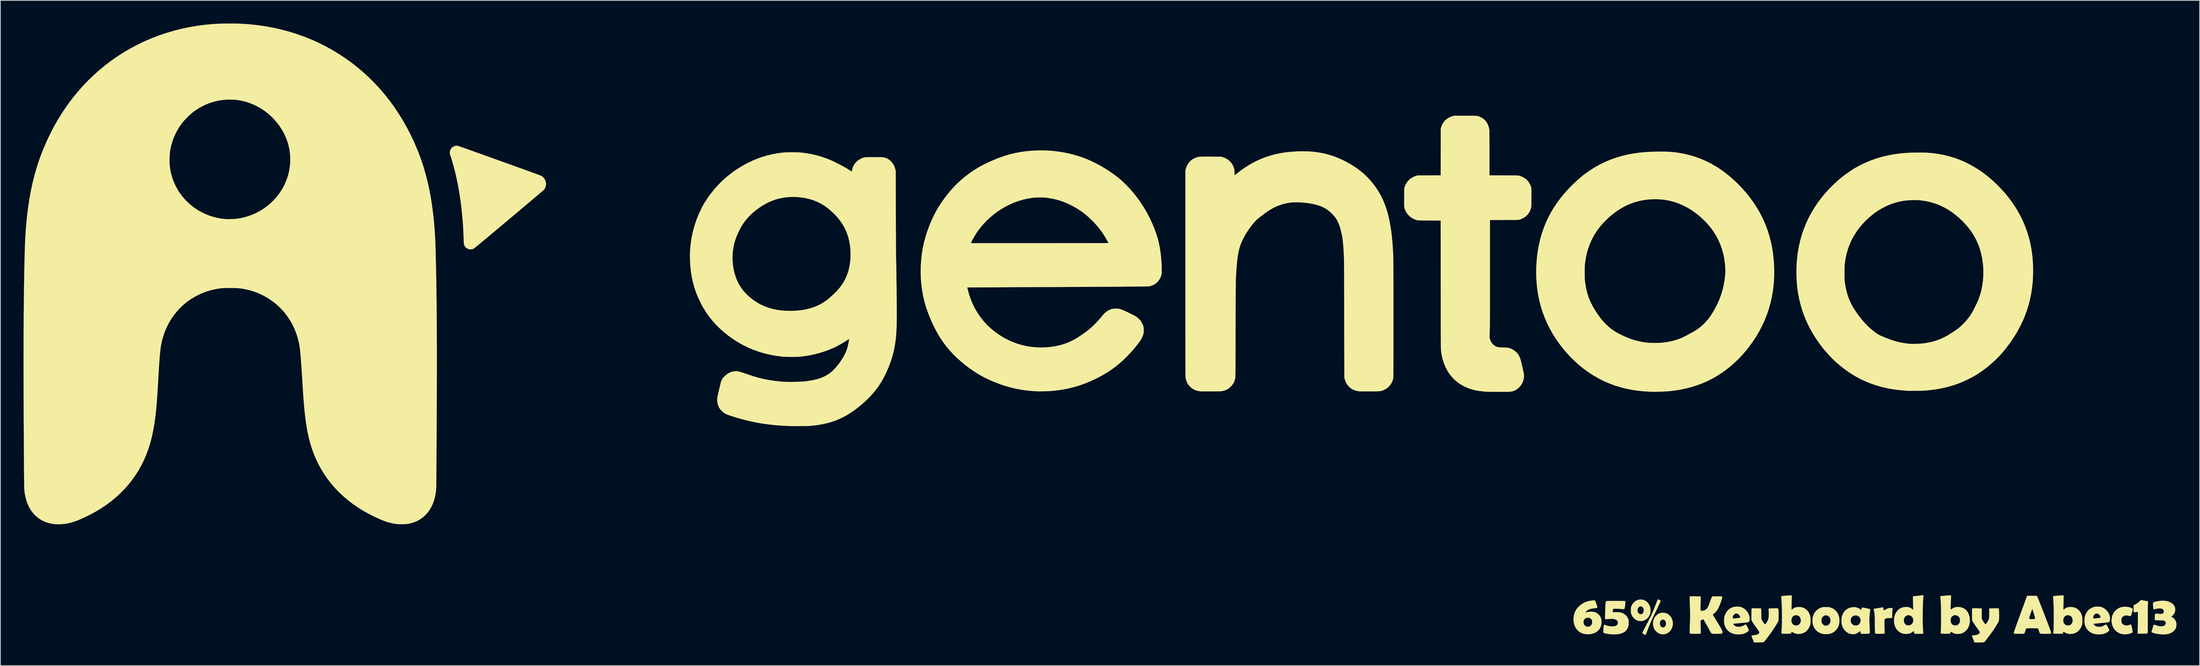
<source format=kicad_pcb>
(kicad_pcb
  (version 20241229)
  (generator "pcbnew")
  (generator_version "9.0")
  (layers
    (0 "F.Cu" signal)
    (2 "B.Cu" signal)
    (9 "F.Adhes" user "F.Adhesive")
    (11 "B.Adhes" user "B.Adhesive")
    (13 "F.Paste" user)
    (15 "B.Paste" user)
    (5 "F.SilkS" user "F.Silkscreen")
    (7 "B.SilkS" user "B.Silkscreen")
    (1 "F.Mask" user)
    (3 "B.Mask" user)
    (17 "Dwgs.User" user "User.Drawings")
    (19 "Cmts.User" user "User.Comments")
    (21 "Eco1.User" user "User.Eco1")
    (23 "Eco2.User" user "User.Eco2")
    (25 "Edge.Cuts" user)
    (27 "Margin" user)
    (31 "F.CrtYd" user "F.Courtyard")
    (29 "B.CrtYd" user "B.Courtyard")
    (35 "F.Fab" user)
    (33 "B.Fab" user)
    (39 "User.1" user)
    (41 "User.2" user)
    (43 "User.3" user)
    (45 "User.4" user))
  (footprint "Gentoo_PCB_Graphic"
    (layer "F.Cu")
    (at 130.337 32.497)
    (property "Reference" "Gentoo_PCB_Graphic" (at 0 0 0) (layer "F.SilkS") (effects (font (size 1.524 1.524) (thickness 0.3))))
    (attr through_hole)
    (fp_poly (pts (xy 81.692 42.254) (xy 81.704 42.258) (xy 81.709 42.26) (xy 81.786 42.291) (xy 81.865 42.337) (xy 81.937 42.389) (xy 81.991 42.441) (xy 82.019 42.485) (xy 82.021 42.496) (xy 82.012 42.524) (xy 81.985 42.586) (xy 81.943 42.679) (xy 81.887 42.799) (xy 81.819 42.944) (xy 81.739 43.109) (xy 81.651 43.292) (xy 81.556 43.488) (xy 81.455 43.694) (xy 81.349 43.907) (xy 81.241 44.124) (xy 81.235 44.136) (xy 81.069 44.479) (xy 80.897 44.854) (xy 80.722 45.254) (xy 80.548 45.669) (xy 80.379 46.091) (xy 80.254 46.416) (xy 80.209 46.534) (xy 80.168 46.641) (xy 80.133 46.73) (xy 80.108 46.792) (xy 80.095 46.819) (xy 80.068 46.852) (xy 80.029 46.859) (xy 79.97 46.842) (xy 79.891 46.802) (xy 79.773 46.733) (xy 79.695 46.677) (xy 79.655 46.634) (xy 79.65 46.617) (xy 79.66 46.588) (xy 79.689 46.523) (xy 79.736 46.425) (xy 79.801 46.295) (xy 79.881 46.135) (xy 79.978 45.947) (xy 80.089 45.732) (xy 80.213 45.492) (xy 80.35 45.229) (xy 80.47 45) (xy 80.554 44.84) (xy 80.629 44.695) (xy 80.696 44.561) (xy 80.759 44.432) (xy 80.819 44.304) (xy 80.879 44.17) (xy 80.942 44.025) (xy 81.009 43.864) (xy 81.084 43.682) (xy 81.168 43.474) (xy 81.263 43.234) (xy 81.31 43.117) (xy 81.392 42.908) (xy 81.461 42.736) (xy 81.516 42.596) (xy 81.561 42.485) (xy 81.596 42.401) (xy 81.623 42.339) (xy 81.643 42.297) (xy 81.659 42.27) (xy 81.671 42.257) (xy 81.682 42.252) (xy 81.692 42.254)) (stroke (width 0.01) (type solid)) (fill yes) (layer "F.SilkS"))
    (fp_poly (pts (xy 82.53 44.01) (xy 82.719 44.052) (xy 82.891 44.127) (xy 83.054 44.237) (xy 83.214 44.386) (xy 83.234 44.408) (xy 83.378 44.594) (xy 83.488 44.801) (xy 83.563 45.023) (xy 83.603 45.254) (xy 83.607 45.49) (xy 83.575 45.725) (xy 83.504 45.952) (xy 83.461 46.048) (xy 83.337 46.256) (xy 83.189 46.433) (xy 83.018 46.577) (xy 82.829 46.686) (xy 82.624 46.759) (xy 82.407 46.794) (xy 82.182 46.789) (xy 82.042 46.766) (xy 81.85 46.704) (xy 81.664 46.604) (xy 81.492 46.471) (xy 81.34 46.309) (xy 81.275 46.221) (xy 81.16 46.015) (xy 81.081 45.793) (xy 81.037 45.56) (xy 81.031 45.381) (xy 81.926 45.381) (xy 81.936 45.528) (xy 81.969 45.648) (xy 82.03 45.753) (xy 82.07 45.802) (xy 82.153 45.865) (xy 82.253 45.902) (xy 82.358 45.909) (xy 82.454 45.884) (xy 82.461 45.881) (xy 82.565 45.803) (xy 82.645 45.694) (xy 82.696 45.56) (xy 82.715 45.443) (xy 82.71 45.295) (xy 82.677 45.161) (xy 82.619 45.047) (xy 82.539 44.957) (xy 82.442 44.898) (xy 82.331 44.874) (xy 82.317 44.873) (xy 82.209 44.89) (xy 82.114 44.943) (xy 82.06 44.993) (xy 81.996 45.073) (xy 81.955 45.154) (xy 81.933 45.249) (xy 81.926 45.37) (xy 81.926 45.381) (xy 81.031 45.381) (xy 81.029 45.324) (xy 81.058 45.089) (xy 81.122 44.863) (xy 81.222 44.651) (xy 81.25 44.604) (xy 81.389 44.42) (xy 81.549 44.264) (xy 81.725 44.14) (xy 81.912 44.054) (xy 81.946 44.042) (xy 82.043 44.017) (xy 82.143 44.003) (xy 82.263 43.997) (xy 82.317 43.996) (xy 82.53 44.01)) (stroke (width 0.01) (type solid)) (fill yes) (layer "F.SilkS"))
    (fp_poly (pts (xy 144.433 42.358) (xy 144.527 42.378) (xy 144.643 42.402) (xy 144.773 42.427) (xy 144.907 42.451) (xy 144.968 42.461) (xy 145.066 42.478) (xy 145.147 42.495) (xy 145.205 42.51) (xy 145.228 42.519) (xy 145.234 42.547) (xy 145.236 42.61) (xy 145.234 42.702) (xy 145.228 42.816) (xy 145.225 42.854) (xy 145.222 42.925) (xy 145.219 43.035) (xy 145.216 43.179) (xy 145.213 43.353) (xy 145.21 43.554) (xy 145.208 43.778) (xy 145.206 44.02) (xy 145.205 44.277) (xy 145.204 44.544) (xy 145.204 44.818) (xy 145.204 44.886) (xy 145.203 46.602) (xy 145.149 46.653) (xy 145.094 46.704) (xy 144.517 46.71) (xy 144.343 46.712) (xy 144.207 46.713) (xy 144.103 46.712) (xy 144.027 46.71) (xy 143.975 46.705) (xy 143.941 46.699) (xy 143.921 46.691) (xy 143.913 46.684) (xy 143.905 46.667) (xy 143.9 46.636) (xy 143.896 46.586) (xy 143.895 46.512) (xy 143.896 46.412) (xy 143.899 46.28) (xy 143.905 46.113) (xy 143.909 45.979) (xy 143.916 45.776) (xy 143.922 45.543) (xy 143.927 45.295) (xy 143.93 45.046) (xy 143.933 44.807) (xy 143.934 44.594) (xy 143.934 44.592) (xy 143.933 44.397) (xy 143.933 44.24) (xy 143.931 44.117) (xy 143.929 44.023) (xy 143.925 43.956) (xy 143.921 43.911) (xy 143.915 43.883) (xy 143.907 43.869) (xy 143.901 43.865) (xy 143.867 43.864) (xy 143.803 43.873) (xy 143.722 43.889) (xy 143.69 43.897) (xy 143.59 43.922) (xy 143.512 43.936) (xy 143.454 43.937) (xy 143.414 43.919) (xy 143.387 43.878) (xy 143.372 43.811) (xy 143.366 43.714) (xy 143.365 43.582) (xy 143.367 43.432) (xy 143.372 43.021) (xy 143.563 42.926) (xy 143.708 42.849) (xy 143.828 42.777) (xy 143.936 42.699) (xy 144.045 42.606) (xy 144.149 42.508) (xy 144.238 42.425) (xy 144.302 42.372) (xy 144.346 42.345) (xy 144.372 42.342) (xy 144.433 42.358)) (stroke (width 0.01) (type solid)) (fill yes) (layer "F.SilkS"))
    (fp_poly (pts (xy 79.533 42.284) (xy 79.635 42.292) (xy 79.718 42.304) (xy 79.745 42.31) (xy 79.952 42.389) (xy 80.142 42.505) (xy 80.311 42.656) (xy 80.458 42.838) (xy 80.579 43.049) (xy 80.637 43.184) (xy 80.659 43.245) (xy 80.675 43.299) (xy 80.686 43.355) (xy 80.692 43.421) (xy 80.695 43.508) (xy 80.697 43.624) (xy 80.697 43.677) (xy 80.697 43.808) (xy 80.695 43.905) (xy 80.69 43.978) (xy 80.682 44.037) (xy 80.668 44.091) (xy 80.649 44.15) (xy 80.641 44.171) (xy 80.562 44.355) (xy 80.467 44.514) (xy 80.343 44.665) (xy 80.295 44.716) (xy 80.124 44.861) (xy 79.933 44.971) (xy 79.727 45.045) (xy 79.513 45.081) (xy 79.296 45.077) (xy 79.248 45.071) (xy 79.037 45.017) (xy 78.838 44.926) (xy 78.655 44.801) (xy 78.493 44.647) (xy 78.357 44.467) (xy 78.25 44.265) (xy 78.205 44.143) (xy 78.186 44.078) (xy 78.173 44.014) (xy 78.165 43.943) (xy 78.16 43.853) (xy 78.158 43.736) (xy 78.158 43.686) (xy 79.016 43.686) (xy 79.029 43.782) (xy 79.062 43.89) (xy 79.108 43.99) (xy 79.143 44.042) (xy 79.235 44.129) (xy 79.34 44.18) (xy 79.451 44.193) (xy 79.561 44.169) (xy 79.641 44.123) (xy 79.726 44.032) (xy 79.787 43.913) (xy 79.822 43.773) (xy 79.829 43.677) (xy 79.814 43.533) (xy 79.772 43.407) (xy 79.708 43.303) (xy 79.626 43.225) (xy 79.529 43.176) (xy 79.424 43.16) (xy 79.314 43.181) (xy 79.273 43.199) (xy 79.186 43.265) (xy 79.111 43.362) (xy 79.055 43.478) (xy 79.022 43.605) (xy 79.016 43.686) (xy 78.158 43.686) (xy 78.158 43.667) (xy 78.159 43.538) (xy 78.161 43.442) (xy 78.167 43.369) (xy 78.176 43.31) (xy 78.191 43.254) (xy 78.212 43.192) (xy 78.215 43.184) (xy 78.292 43.003) (xy 78.387 42.845) (xy 78.509 42.696) (xy 78.56 42.642) (xy 78.726 42.496) (xy 78.901 42.389) (xy 79.09 42.32) (xy 79.299 42.286) (xy 79.428 42.281) (xy 79.533 42.284)) (stroke (width 0.01) (type solid)) (fill yes) (layer "F.SilkS"))
    (fp_poly (pts (xy 142.534 43.234) (xy 142.778 43.276) (xy 142.997 43.344) (xy 143.186 43.437) (xy 143.187 43.438) (xy 143.219 43.46) (xy 143.24 43.486) (xy 143.251 43.522) (xy 143.251 43.573) (xy 143.24 43.644) (xy 143.218 43.742) (xy 143.184 43.871) (xy 143.158 43.962) (xy 143.113 44.12) (xy 143.077 44.241) (xy 143.046 44.33) (xy 143.02 44.389) (xy 142.998 44.425) (xy 142.985 44.437) (xy 142.958 44.436) (xy 142.9 44.427) (xy 142.821 44.409) (xy 142.769 44.396) (xy 142.564 44.354) (xy 142.386 44.343) (xy 142.232 44.363) (xy 142.097 44.415) (xy 141.978 44.499) (xy 141.952 44.523) (xy 141.869 44.62) (xy 141.814 44.721) (xy 141.785 44.837) (xy 141.776 44.976) (xy 141.778 45.04) (xy 141.785 45.141) (xy 141.799 45.216) (xy 141.821 45.281) (xy 141.849 45.337) (xy 141.939 45.46) (xy 142.056 45.553) (xy 142.196 45.618) (xy 142.353 45.652) (xy 142.524 45.654) (xy 142.702 45.622) (xy 142.84 45.576) (xy 142.918 45.546) (xy 142.981 45.526) (xy 143.019 45.519) (xy 143.024 45.52) (xy 143.043 45.549) (xy 143.067 45.613) (xy 143.093 45.704) (xy 143.122 45.815) (xy 143.15 45.938) (xy 143.177 46.067) (xy 143.2 46.193) (xy 143.217 46.311) (xy 143.226 46.389) (xy 143.233 46.467) (xy 143.232 46.516) (xy 143.221 46.547) (xy 143.198 46.571) (xy 143.182 46.584) (xy 143.114 46.623) (xy 143.012 46.664) (xy 142.884 46.702) (xy 142.74 46.737) (xy 142.586 46.765) (xy 142.574 46.766) (xy 142.361 46.791) (xy 142.169 46.795) (xy 141.983 46.78) (xy 141.954 46.776) (xy 141.706 46.719) (xy 141.471 46.624) (xy 141.253 46.494) (xy 141.056 46.334) (xy 140.884 46.145) (xy 140.741 45.932) (xy 140.63 45.698) (xy 140.594 45.593) (xy 140.536 45.342) (xy 140.512 45.078) (xy 140.521 44.81) (xy 140.562 44.548) (xy 140.634 44.303) (xy 140.646 44.274) (xy 140.737 44.092) (xy 140.858 43.91) (xy 141.002 43.738) (xy 141.16 43.587) (xy 141.322 43.468) (xy 141.337 43.458) (xy 141.537 43.355) (xy 141.742 43.282) (xy 141.961 43.238) (xy 142.205 43.22) (xy 142.272 43.219) (xy 142.534 43.234)) (stroke (width 0.01) (type solid)) (fill yes) (layer "F.SilkS"))
    (fp_poly (pts (xy 103.601 43.258) (xy 103.706 43.26) (xy 103.787 43.265) (xy 103.854 43.273) (xy 103.916 43.285) (xy 103.983 43.303) (xy 104.024 43.315) (xy 104.2 43.376) (xy 104.349 43.445) (xy 104.485 43.531) (xy 104.619 43.641) (xy 104.713 43.73) (xy 104.804 43.822) (xy 104.871 43.897) (xy 104.923 43.967) (xy 104.969 44.042) (xy 105.015 44.133) (xy 105.123 44.397) (xy 105.189 44.671) (xy 105.215 44.956) (xy 105.2 45.252) (xy 105.199 45.263) (xy 105.157 45.509) (xy 105.093 45.725) (xy 105.003 45.919) (xy 104.883 46.1) (xy 104.73 46.275) (xy 104.712 46.292) (xy 104.615 46.387) (xy 104.534 46.457) (xy 104.458 46.512) (xy 104.377 46.56) (xy 104.331 46.584) (xy 104.225 46.631) (xy 104.108 46.676) (xy 104.002 46.711) (xy 103.981 46.717) (xy 103.844 46.744) (xy 103.68 46.762) (xy 103.503 46.771) (xy 103.327 46.77) (xy 103.168 46.759) (xy 103.075 46.746) (xy 102.818 46.677) (xy 102.581 46.571) (xy 102.366 46.432) (xy 102.177 46.262) (xy 102.015 46.064) (xy 101.885 45.841) (xy 101.789 45.594) (xy 101.767 45.519) (xy 101.744 45.393) (xy 101.728 45.238) (xy 101.721 45.069) (xy 101.722 45) (xy 102.881 45) (xy 102.882 45.103) (xy 102.889 45.177) (xy 102.903 45.238) (xy 102.927 45.298) (xy 102.936 45.318) (xy 103.011 45.441) (xy 103.108 45.547) (xy 103.215 45.625) (xy 103.24 45.638) (xy 103.361 45.673) (xy 103.496 45.678) (xy 103.63 45.654) (xy 103.719 45.618) (xy 103.842 45.532) (xy 103.937 45.419) (xy 104.005 45.287) (xy 104.045 45.141) (xy 104.056 44.989) (xy 104.038 44.837) (xy 103.99 44.691) (xy 103.911 44.56) (xy 103.829 44.472) (xy 103.728 44.402) (xy 103.612 44.351) (xy 103.498 44.325) (xy 103.463 44.323) (xy 103.335 44.342) (xy 103.208 44.395) (xy 103.096 44.476) (xy 103.084 44.489) (xy 102.992 44.592) (xy 102.931 44.695) (xy 102.896 44.808) (xy 102.882 44.944) (xy 102.881 45) (xy 101.722 45) (xy 101.723 44.898) (xy 101.733 44.739) (xy 101.747 44.641) (xy 101.812 44.38) (xy 101.912 44.139) (xy 102.045 43.92) (xy 102.207 43.727) (xy 102.397 43.561) (xy 102.611 43.427) (xy 102.846 43.327) (xy 102.927 43.302) (xy 102.997 43.285) (xy 103.064 43.273) (xy 103.14 43.265) (xy 103.232 43.26) (xy 103.35 43.258) (xy 103.463 43.257) (xy 103.601 43.258)) (stroke (width 0.01) (type solid)) (fill yes) (layer "F.SilkS"))
    (fp_poly (pts (xy 110.872 43.301) (xy 110.875 43.302) (xy 110.887 43.331) (xy 110.901 43.391) (xy 110.916 43.471) (xy 110.922 43.505) (xy 110.935 43.588) (xy 110.947 43.654) (xy 110.955 43.692) (xy 110.958 43.697) (xy 110.979 43.691) (xy 111.028 43.667) (xy 111.098 43.63) (xy 111.168 43.591) (xy 111.318 43.51) (xy 111.448 43.452) (xy 111.568 43.413) (xy 111.691 43.389) (xy 111.823 43.377) (xy 111.931 43.372) (xy 112.008 43.375) (xy 112.058 43.39) (xy 112.085 43.424) (xy 112.096 43.483) (xy 112.093 43.572) (xy 112.082 43.697) (xy 112.082 43.701) (xy 112.072 43.828) (xy 112.064 43.979) (xy 112.059 44.137) (xy 112.056 44.284) (xy 112.056 44.305) (xy 112.056 44.433) (xy 112.054 44.526) (xy 112.049 44.589) (xy 112.042 44.629) (xy 112.031 44.654) (xy 112.021 44.664) (xy 111.996 44.676) (xy 111.95 44.684) (xy 111.876 44.69) (xy 111.771 44.693) (xy 111.635 44.693) (xy 111.483 44.695) (xy 111.366 44.701) (xy 111.278 44.712) (xy 111.214 44.732) (xy 111.165 44.762) (xy 111.126 44.804) (xy 111.094 44.853) (xy 111.08 44.88) (xy 111.069 44.91) (xy 111.061 44.949) (xy 111.056 45.004) (xy 111.053 45.08) (xy 111.052 45.184) (xy 111.051 45.321) (xy 111.051 45.392) (xy 111.052 45.563) (xy 111.054 45.753) (xy 111.058 45.946) (xy 111.063 46.127) (xy 111.067 46.264) (xy 111.073 46.404) (xy 111.076 46.508) (xy 111.077 46.582) (xy 111.075 46.631) (xy 111.07 46.661) (xy 111.06 46.679) (xy 111.047 46.69) (xy 111.037 46.696) (xy 111 46.704) (xy 110.929 46.712) (xy 110.83 46.718) (xy 110.711 46.723) (xy 110.58 46.726) (xy 110.444 46.728) (xy 110.31 46.729) (xy 110.187 46.727) (xy 110.081 46.723) (xy 110 46.717) (xy 109.997 46.717) (xy 109.922 46.706) (xy 109.864 46.693) (xy 109.835 46.681) (xy 109.831 46.657) (xy 109.827 46.594) (xy 109.824 46.497) (xy 109.82 46.369) (xy 109.816 46.215) (xy 109.813 46.038) (xy 109.81 45.841) (xy 109.807 45.63) (xy 109.806 45.498) (xy 109.804 45.226) (xy 109.801 44.992) (xy 109.798 44.791) (xy 109.794 44.621) (xy 109.789 44.477) (xy 109.783 44.353) (xy 109.776 44.247) (xy 109.767 44.155) (xy 109.757 44.071) (xy 109.744 43.992) (xy 109.729 43.913) (xy 109.715 43.847) (xy 109.687 43.709) (xy 109.672 43.603) (xy 109.669 43.529) (xy 109.678 43.492) (xy 109.681 43.49) (xy 109.709 43.482) (xy 109.77 43.47) (xy 109.855 43.457) (xy 109.943 43.444) (xy 110.053 43.427) (xy 110.19 43.405) (xy 110.338 43.38) (xy 110.481 43.354) (xy 110.519 43.347) (xy 110.655 43.322) (xy 110.762 43.306) (xy 110.835 43.299) (xy 110.872 43.301)) (stroke (width 0.01) (type solid)) (fill yes) (layer "F.SilkS"))
    (fp_poly (pts (xy 73.448 42.401) (xy 73.488 42.419) (xy 73.521 42.454) (xy 73.553 42.51) (xy 73.587 42.592) (xy 73.629 42.706) (xy 73.671 42.82) (xy 73.724 42.966) (xy 73.762 43.078) (xy 73.787 43.162) (xy 73.801 43.224) (xy 73.803 43.27) (xy 73.796 43.305) (xy 73.781 43.334) (xy 73.781 43.335) (xy 73.764 43.355) (xy 73.741 43.37) (xy 73.704 43.382) (xy 73.646 43.391) (xy 73.558 43.401) (xy 73.466 43.409) (xy 73.183 43.444) (xy 72.935 43.498) (xy 72.722 43.57) (xy 72.545 43.66) (xy 72.406 43.767) (xy 72.304 43.891) (xy 72.303 43.892) (xy 72.278 43.94) (xy 72.268 43.972) (xy 72.269 43.977) (xy 72.293 43.975) (xy 72.347 43.962) (xy 72.42 43.94) (xy 72.446 43.931) (xy 72.582 43.895) (xy 72.746 43.871) (xy 72.922 43.859) (xy 73.098 43.859) (xy 73.259 43.872) (xy 73.346 43.887) (xy 73.57 43.956) (xy 73.769 44.058) (xy 73.942 44.189) (xy 74.086 44.346) (xy 74.202 44.527) (xy 74.286 44.727) (xy 74.338 44.945) (xy 74.357 45.177) (xy 74.34 45.42) (xy 74.287 45.671) (xy 74.255 45.775) (xy 74.158 45.996) (xy 74.028 46.192) (xy 73.866 46.362) (xy 73.674 46.505) (xy 73.454 46.619) (xy 73.207 46.705) (xy 72.936 46.761) (xy 72.697 46.783) (xy 72.601 46.786) (xy 72.508 46.787) (xy 72.436 46.785) (xy 72.432 46.785) (xy 72.142 46.748) (xy 71.876 46.678) (xy 71.636 46.572) (xy 71.42 46.433) (xy 71.228 46.259) (xy 71.061 46.051) (xy 71.047 46.029) (xy 70.924 45.816) (xy 70.832 45.592) (xy 70.768 45.35) (xy 70.744 45.173) (xy 72.01 45.173) (xy 72.026 45.334) (xy 72.043 45.403) (xy 72.105 45.552) (xy 72.192 45.667) (xy 72.303 45.748) (xy 72.437 45.794) (xy 72.558 45.805) (xy 72.645 45.801) (xy 72.726 45.792) (xy 72.774 45.783) (xy 72.863 45.741) (xy 72.953 45.669) (xy 73.033 45.579) (xy 73.089 45.483) (xy 73.119 45.399) (xy 73.134 45.308) (xy 73.139 45.201) (xy 73.138 45.109) (xy 73.13 45.043) (xy 73.112 44.986) (xy 73.08 44.922) (xy 73.078 44.918) (xy 72.99 44.795) (xy 72.882 44.709) (xy 72.751 44.657) (xy 72.596 44.641) (xy 72.596 44.641) (xy 72.431 44.658) (xy 72.29 44.71) (xy 72.175 44.791) (xy 72.088 44.897) (xy 72.032 45.026) (xy 72.01 45.173) (xy 70.744 45.173) (xy 70.732 45.082) (xy 70.724 44.969) (xy 70.728 44.645) (xy 70.77 44.335) (xy 70.852 44.039) (xy 70.972 43.76) (xy 71.088 43.561) (xy 71.145 43.482) (xy 71.223 43.387) (xy 71.311 43.288) (xy 71.394 43.201) (xy 71.65 42.975) (xy 71.925 42.786) (xy 72.22 42.634) (xy 72.535 42.52) (xy 72.87 42.443) (xy 73.224 42.404) (xy 73.239 42.403) (xy 73.328 42.398) (xy 73.396 42.396) (xy 73.448 42.401)) (stroke (width 0.01) (type solid)) (fill yes) (layer "F.SilkS"))
    (fp_poly (pts (xy 92.295 43.224) (xy 92.377 43.242) (xy 92.606 43.322) (xy 92.82 43.44) (xy 93.015 43.589) (xy 93.187 43.768) (xy 93.332 43.97) (xy 93.446 44.193) (xy 93.517 44.405) (xy 93.543 44.534) (xy 93.559 44.672) (xy 93.564 44.807) (xy 93.558 44.93) (xy 93.54 45.028) (xy 93.524 45.073) (xy 93.502 45.116) (xy 93.479 45.15) (xy 93.451 45.177) (xy 93.413 45.2) (xy 93.36 45.218) (xy 93.287 45.234) (xy 93.189 45.249) (xy 93.062 45.265) (xy 92.901 45.282) (xy 92.773 45.296) (xy 92.598 45.313) (xy 92.419 45.331) (xy 92.245 45.347) (xy 92.086 45.362) (xy 91.952 45.374) (xy 91.863 45.381) (xy 91.748 45.39) (xy 91.641 45.399) (xy 91.555 45.407) (xy 91.497 45.413) (xy 91.487 45.415) (xy 91.417 45.426) (xy 91.466 45.514) (xy 91.55 45.623) (xy 91.667 45.711) (xy 91.814 45.775) (xy 91.987 45.814) (xy 92.161 45.826) (xy 92.365 45.809) (xy 92.563 45.756) (xy 92.762 45.666) (xy 92.851 45.615) (xy 92.928 45.569) (xy 92.993 45.533) (xy 93.036 45.512) (xy 93.047 45.508) (xy 93.074 45.526) (xy 93.114 45.576) (xy 93.163 45.65) (xy 93.218 45.742) (xy 93.275 45.844) (xy 93.33 45.949) (xy 93.378 46.05) (xy 93.417 46.14) (xy 93.443 46.211) (xy 93.451 46.254) (xy 93.432 46.315) (xy 93.379 46.385) (xy 93.297 46.46) (xy 93.191 46.535) (xy 93.068 46.605) (xy 93.038 46.62) (xy 92.838 46.703) (xy 92.645 46.758) (xy 92.439 46.787) (xy 92.389 46.79) (xy 92.298 46.796) (xy 92.216 46.802) (xy 92.157 46.806) (xy 92.149 46.807) (xy 92.1 46.808) (xy 92.022 46.805) (xy 91.929 46.801) (xy 91.885 46.798) (xy 91.629 46.766) (xy 91.399 46.709) (xy 91.187 46.623) (xy 90.991 46.513) (xy 90.786 46.355) (xy 90.611 46.169) (xy 90.468 45.956) (xy 90.358 45.716) (xy 90.281 45.457) (xy 90.263 45.339) (xy 90.252 45.193) (xy 90.249 45.03) (xy 90.252 44.865) (xy 90.262 44.71) (xy 90.275 44.609) (xy 91.361 44.609) (xy 91.37 44.681) (xy 91.391 44.716) (xy 91.417 44.731) (xy 91.461 44.739) (xy 91.527 44.742) (xy 91.619 44.737) (xy 91.742 44.726) (xy 91.9 44.708) (xy 92.03 44.692) (xy 92.153 44.675) (xy 92.24 44.659) (xy 92.296 44.643) (xy 92.328 44.622) (xy 92.34 44.595) (xy 92.338 44.559) (xy 92.337 44.55) (xy 92.294 44.417) (xy 92.221 44.298) (xy 92.123 44.201) (xy 92.009 44.131) (xy 91.884 44.094) (xy 91.828 44.09) (xy 91.735 44.108) (xy 91.636 44.156) (xy 91.543 44.226) (xy 91.471 44.31) (xy 91.413 44.415) (xy 91.375 44.517) (xy 91.361 44.609) (xy 90.275 44.609) (xy 90.279 44.577) (xy 90.286 44.545) (xy 90.358 44.297) (xy 90.463 44.063) (xy 90.599 43.849) (xy 90.76 43.66) (xy 90.944 43.499) (xy 91.146 43.372) (xy 91.218 43.338) (xy 91.412 43.27) (xy 91.629 43.223) (xy 91.857 43.199) (xy 92.084 43.199) (xy 92.295 43.224)) (stroke (width 0.01) (type solid)) (fill yes) (layer "F.SilkS"))
    (fp_poly (pts (xy 138.886 43.206) (xy 139.015 43.218) (xy 139.097 43.232) (xy 139.316 43.304) (xy 139.526 43.413) (xy 139.72 43.555) (xy 139.895 43.724) (xy 140.045 43.916) (xy 140.166 44.125) (xy 140.252 44.349) (xy 140.26 44.376) (xy 140.276 44.453) (xy 140.291 44.556) (xy 140.303 44.669) (xy 140.307 44.73) (xy 140.31 44.885) (xy 140.297 45.006) (xy 140.267 45.097) (xy 140.22 45.164) (xy 140.189 45.189) (xy 140.16 45.203) (xy 140.112 45.217) (xy 140.042 45.232) (xy 139.948 45.247) (xy 139.827 45.263) (xy 139.675 45.281) (xy 139.492 45.3) (xy 139.274 45.322) (xy 139.018 45.345) (xy 138.761 45.368) (xy 138.611 45.382) (xy 138.475 45.395) (xy 138.358 45.407) (xy 138.267 45.417) (xy 138.207 45.425) (xy 138.184 45.43) (xy 138.184 45.43) (xy 138.184 45.457) (xy 138.206 45.504) (xy 138.243 45.56) (xy 138.289 45.616) (xy 138.335 45.659) (xy 138.344 45.666) (xy 138.465 45.739) (xy 138.585 45.786) (xy 138.719 45.813) (xy 138.834 45.822) (xy 138.939 45.823) (xy 139.044 45.819) (xy 139.13 45.81) (xy 139.154 45.806) (xy 139.259 45.776) (xy 139.383 45.726) (xy 139.511 45.664) (xy 139.63 45.597) (xy 139.67 45.57) (xy 139.729 45.536) (xy 139.776 45.517) (xy 139.796 45.516) (xy 139.824 45.539) (xy 139.865 45.585) (xy 139.891 45.618) (xy 139.931 45.68) (xy 139.979 45.763) (xy 140.032 45.861) (xy 140.084 45.963) (xy 140.131 46.063) (xy 140.171 46.151) (xy 140.198 46.219) (xy 140.208 46.259) (xy 140.208 46.259) (xy 140.191 46.301) (xy 140.147 46.358) (xy 140.081 46.424) (xy 140.003 46.491) (xy 139.919 46.552) (xy 139.881 46.575) (xy 139.677 46.673) (xy 139.442 46.744) (xy 139.179 46.788) (xy 138.891 46.805) (xy 138.61 46.796) (xy 138.333 46.757) (xy 138.075 46.683) (xy 137.839 46.574) (xy 137.627 46.434) (xy 137.442 46.265) (xy 137.285 46.068) (xy 137.159 45.845) (xy 137.066 45.599) (xy 137.01 45.34) (xy 136.997 45.189) (xy 136.994 45.015) (xy 137.001 44.834) (xy 137.018 44.659) (xy 137.018 44.656) (xy 138.115 44.656) (xy 138.132 44.715) (xy 138.139 44.723) (xy 138.171 44.736) (xy 138.237 44.741) (xy 138.337 44.738) (xy 138.474 44.726) (xy 138.65 44.707) (xy 138.782 44.69) (xy 138.884 44.676) (xy 138.971 44.662) (xy 139.034 44.649) (xy 139.065 44.64) (xy 139.065 44.64) (xy 139.082 44.607) (xy 139.08 44.548) (xy 139.063 44.473) (xy 139.032 44.394) (xy 139.001 44.336) (xy 138.911 44.229) (xy 138.8 44.152) (xy 138.674 44.107) (xy 138.544 44.099) (xy 138.471 44.111) (xy 138.376 44.155) (xy 138.284 44.231) (xy 138.206 44.326) (xy 138.152 44.431) (xy 138.145 44.453) (xy 138.119 44.567) (xy 138.115 44.656) (xy 137.018 44.656) (xy 137.043 44.507) (xy 137.054 44.461) (xy 137.143 44.202) (xy 137.263 43.968) (xy 137.414 43.76) (xy 137.593 43.581) (xy 137.797 43.432) (xy 138.023 43.317) (xy 138.27 43.238) (xy 138.345 43.222) (xy 138.456 43.208) (xy 138.592 43.2) (xy 138.74 43.2) (xy 138.886 43.206)) (stroke (width 0.01) (type solid)) (fill yes) (layer "F.SilkS"))
    (fp_poly (pts (xy 107.252 43.277) (xy 107.465 43.317) (xy 107.66 43.388) (xy 107.832 43.491) (xy 107.9 43.547) (xy 107.956 43.596) (xy 107.999 43.631) (xy 108.021 43.646) (xy 108.021 43.646) (xy 108.033 43.627) (xy 108.049 43.581) (xy 108.056 43.556) (xy 108.078 43.479) (xy 108.105 43.406) (xy 108.11 43.394) (xy 108.142 43.323) (xy 108.274 43.337) (xy 108.383 43.352) (xy 108.508 43.372) (xy 108.641 43.397) (xy 108.774 43.425) (xy 108.9 43.454) (xy 109.013 43.483) (xy 109.105 43.509) (xy 109.169 43.532) (xy 109.197 43.549) (xy 109.204 43.582) (xy 109.2 43.655) (xy 109.188 43.764) (xy 109.177 43.847) (xy 109.149 44.046) (xy 109.128 44.238) (xy 109.113 44.432) (xy 109.104 44.634) (xy 109.1 44.85) (xy 109.101 45.086) (xy 109.108 45.35) (xy 109.12 45.647) (xy 109.124 45.736) (xy 109.133 45.92) (xy 109.14 46.093) (xy 109.145 46.25) (xy 109.149 46.385) (xy 109.151 46.493) (xy 109.152 46.57) (xy 109.15 46.611) (xy 109.149 46.614) (xy 109.123 46.666) (xy 109.091 46.695) (xy 109.055 46.703) (xy 108.982 46.711) (xy 108.874 46.718) (xy 108.737 46.724) (xy 108.575 46.729) (xy 108.536 46.73) (xy 108.368 46.734) (xy 108.238 46.737) (xy 108.14 46.735) (xy 108.07 46.729) (xy 108.021 46.717) (xy 107.991 46.696) (xy 107.972 46.665) (xy 107.961 46.623) (xy 107.953 46.568) (xy 107.949 46.542) (xy 107.934 46.45) (xy 107.92 46.396) (xy 107.902 46.375) (xy 107.873 46.385) (xy 107.828 46.42) (xy 107.801 46.443) (xy 107.623 46.581) (xy 107.451 46.682) (xy 107.278 46.748) (xy 107.097 46.78) (xy 106.901 46.782) (xy 106.826 46.776) (xy 106.597 46.732) (xy 106.382 46.65) (xy 106.182 46.533) (xy 106 46.384) (xy 105.84 46.206) (xy 105.705 46.002) (xy 105.598 45.776) (xy 105.521 45.53) (xy 105.494 45.393) (xy 105.482 45.287) (xy 105.477 45.154) (xy 105.477 45.007) (xy 105.479 44.972) (xy 106.666 44.972) (xy 106.674 45.11) (xy 106.704 45.235) (xy 106.726 45.286) (xy 106.803 45.401) (xy 106.903 45.506) (xy 107.013 45.587) (xy 107.061 45.613) (xy 107.156 45.641) (xy 107.273 45.655) (xy 107.396 45.654) (xy 107.507 45.638) (xy 107.527 45.633) (xy 107.651 45.575) (xy 107.764 45.482) (xy 107.857 45.361) (xy 107.885 45.311) (xy 107.923 45.231) (xy 107.945 45.167) (xy 107.955 45.098) (xy 107.958 45.008) (xy 107.958 45) (xy 107.956 44.908) (xy 107.946 44.838) (xy 107.925 44.774) (xy 107.888 44.695) (xy 107.885 44.689) (xy 107.797 44.556) (xy 107.687 44.451) (xy 107.559 44.38) (xy 107.513 44.364) (xy 107.416 44.349) (xy 107.301 44.346) (xy 107.182 44.356) (xy 107.076 44.377) (xy 107.008 44.402) (xy 106.896 44.481) (xy 106.796 44.588) (xy 106.72 44.71) (xy 106.718 44.715) (xy 106.681 44.835) (xy 106.666 44.972) (xy 105.479 44.972) (xy 105.483 44.856) (xy 105.493 44.713) (xy 105.508 44.589) (xy 105.525 44.503) (xy 105.614 44.24) (xy 105.732 44.006) (xy 105.876 43.802) (xy 106.047 43.63) (xy 106.244 43.49) (xy 106.463 43.385) (xy 106.541 43.359) (xy 106.785 43.298) (xy 107.023 43.271) (xy 107.252 43.277)) (stroke (width 0.01) (type solid)) (fill yes) (layer "F.SilkS"))
    (fp_poly (pts (xy 116.087 41.736) (xy 116.109 41.755) (xy 116.117 41.787) (xy 116.114 41.832) (xy 116.111 41.857) (xy 116.092 42.03) (xy 116.075 42.239) (xy 116.061 42.48) (xy 116.048 42.747) (xy 116.037 43.035) (xy 116.028 43.341) (xy 116.021 43.659) (xy 116.016 43.984) (xy 116.013 44.312) (xy 116.013 44.638) (xy 116.014 44.957) (xy 116.018 45.264) (xy 116.024 45.554) (xy 116.033 45.824) (xy 116.043 46.067) (xy 116.056 46.279) (xy 116.072 46.456) (xy 116.078 46.513) (xy 116.088 46.615) (xy 116.087 46.678) (xy 116.077 46.703) (xy 116.049 46.711) (xy 115.981 46.717) (xy 115.878 46.723) (xy 115.741 46.728) (xy 115.575 46.731) (xy 115.532 46.731) (xy 115.354 46.734) (xy 115.213 46.734) (xy 115.105 46.732) (xy 115.026 46.725) (xy 114.97 46.711) (xy 114.933 46.691) (xy 114.911 46.661) (xy 114.899 46.621) (xy 114.892 46.569) (xy 114.888 46.526) (xy 114.879 46.45) (xy 114.872 46.392) (xy 114.866 46.364) (xy 114.865 46.363) (xy 114.847 46.372) (xy 114.805 46.402) (xy 114.749 46.447) (xy 114.744 46.45) (xy 114.562 46.578) (xy 114.369 46.67) (xy 114.263 46.703) (xy 114.136 46.727) (xy 113.985 46.742) (xy 113.827 46.748) (xy 113.68 46.742) (xy 113.602 46.734) (xy 113.36 46.677) (xy 113.139 46.584) (xy 112.938 46.457) (xy 112.762 46.299) (xy 112.61 46.113) (xy 112.486 45.9) (xy 112.39 45.664) (xy 112.325 45.406) (xy 112.293 45.129) (xy 112.289 45) (xy 112.292 44.947) (xy 113.562 44.947) (xy 113.569 45.103) (xy 113.606 45.247) (xy 113.67 45.375) (xy 113.757 45.483) (xy 113.862 45.568) (xy 113.983 45.627) (xy 114.116 45.654) (xy 114.255 45.648) (xy 114.399 45.603) (xy 114.424 45.591) (xy 114.564 45.499) (xy 114.672 45.38) (xy 114.748 45.233) (xy 114.784 45.1) (xy 114.793 44.939) (xy 114.764 44.783) (xy 114.699 44.637) (xy 114.604 44.509) (xy 114.48 44.407) (xy 114.427 44.377) (xy 114.28 44.323) (xy 114.134 44.309) (xy 113.994 44.332) (xy 113.866 44.391) (xy 113.754 44.482) (xy 113.663 44.604) (xy 113.597 44.755) (xy 113.589 44.783) (xy 113.562 44.947) (xy 112.292 44.947) (xy 112.306 44.703) (xy 112.358 44.43) (xy 112.444 44.179) (xy 112.566 43.951) (xy 112.724 43.742) (xy 112.806 43.656) (xy 112.97 43.513) (xy 113.142 43.404) (xy 113.33 43.325) (xy 113.54 43.275) (xy 113.761 43.251) (xy 113.992 43.25) (xy 114.197 43.28) (xy 114.379 43.341) (xy 114.542 43.435) (xy 114.646 43.52) (xy 114.71 43.575) (xy 114.75 43.6) (xy 114.77 43.599) (xy 114.773 43.594) (xy 114.775 43.567) (xy 114.776 43.502) (xy 114.776 43.404) (xy 114.775 43.28) (xy 114.772 43.133) (xy 114.769 42.969) (xy 114.765 42.806) (xy 114.761 42.628) (xy 114.757 42.461) (xy 114.753 42.311) (xy 114.75 42.183) (xy 114.747 42.082) (xy 114.746 42.013) (xy 114.745 41.983) (xy 114.747 41.934) (xy 114.759 41.898) (xy 114.787 41.873) (xy 114.836 41.855) (xy 114.913 41.842) (xy 115.022 41.831) (xy 115.094 41.826) (xy 115.227 41.814) (xy 115.384 41.799) (xy 115.548 41.781) (xy 115.702 41.763) (xy 115.736 41.758) (xy 115.873 41.741) (xy 115.974 41.73) (xy 116.043 41.728) (xy 116.087 41.736)) (stroke (width 0.01) (type solid)) (fill yes) (layer "F.SilkS"))
    (fp_poly (pts (xy 122.954 43.416) (xy 123.153 43.422) (xy 123.377 43.431) (xy 123.38 43.431) (xy 123.666 43.445) (xy 123.666 44.736) (xy 123.744 44.898) (xy 123.798 45.004) (xy 123.861 45.116) (xy 123.929 45.226) (xy 123.993 45.324) (xy 124.05 45.401) (xy 124.087 45.442) (xy 124.133 45.474) (xy 124.175 45.484) (xy 124.177 45.484) (xy 124.219 45.458) (xy 124.273 45.398) (xy 124.338 45.307) (xy 124.409 45.189) (xy 124.484 45.05) (xy 124.493 45.032) (xy 124.545 44.927) (xy 124.58 44.846) (xy 124.603 44.776) (xy 124.618 44.704) (xy 124.63 44.617) (xy 124.632 44.598) (xy 124.638 44.515) (xy 124.643 44.4) (xy 124.646 44.262) (xy 124.648 44.112) (xy 124.647 43.958) (xy 124.647 43.921) (xy 124.64 43.445) (xy 125.195 43.426) (xy 125.347 43.422) (xy 125.487 43.419) (xy 125.608 43.417) (xy 125.705 43.417) (xy 125.772 43.418) (xy 125.8 43.421) (xy 125.834 43.436) (xy 125.86 43.466) (xy 125.88 43.516) (xy 125.895 43.591) (xy 125.907 43.696) (xy 125.917 43.837) (xy 125.92 43.899) (xy 125.927 44.084) (xy 125.93 44.272) (xy 125.928 44.457) (xy 125.923 44.632) (xy 125.914 44.792) (xy 125.902 44.929) (xy 125.887 45.039) (xy 125.869 45.114) (xy 125.863 45.128) (xy 125.834 45.187) (xy 125.784 45.275) (xy 125.718 45.388) (xy 125.639 45.52) (xy 125.55 45.665) (xy 125.454 45.819) (xy 125.355 45.975) (xy 125.256 46.128) (xy 125.216 46.189) (xy 125.148 46.29) (xy 125.062 46.412) (xy 124.963 46.551) (xy 124.854 46.702) (xy 124.739 46.859) (xy 124.622 47.018) (xy 124.507 47.172) (xy 124.397 47.318) (xy 124.296 47.45) (xy 124.208 47.562) (xy 124.137 47.65) (xy 124.088 47.707) (xy 123.983 47.82) (xy 123.814 47.838) (xy 123.719 47.846) (xy 123.602 47.851) (xy 123.471 47.855) (xy 123.332 47.857) (xy 123.194 47.857) (xy 123.062 47.856) (xy 122.944 47.852) (xy 122.846 47.847) (xy 122.777 47.84) (xy 122.742 47.832) (xy 122.741 47.831) (xy 122.72 47.801) (xy 122.689 47.74) (xy 122.655 47.66) (xy 122.634 47.604) (xy 122.59 47.489) (xy 122.541 47.362) (xy 122.494 47.245) (xy 122.482 47.217) (xy 122.439 47.108) (xy 122.416 47.031) (xy 122.413 46.98) (xy 122.432 46.95) (xy 122.474 46.936) (xy 122.513 46.932) (xy 122.673 46.92) (xy 122.827 46.902) (xy 122.963 46.879) (xy 123.073 46.854) (xy 123.117 46.84) (xy 123.233 46.784) (xy 123.324 46.714) (xy 123.387 46.636) (xy 123.417 46.556) (xy 123.415 46.495) (xy 123.399 46.464) (xy 123.362 46.404) (xy 123.308 46.321) (xy 123.239 46.219) (xy 123.16 46.105) (xy 123.102 46.024) (xy 122.933 45.785) (xy 122.789 45.579) (xy 122.671 45.406) (xy 122.577 45.264) (xy 122.508 45.155) (xy 122.468 45.085) (xy 122.455 45.059) (xy 122.444 45.034) (xy 122.435 45.004) (xy 122.429 44.966) (xy 122.424 44.915) (xy 122.42 44.845) (xy 122.417 44.753) (xy 122.415 44.634) (xy 122.413 44.483) (xy 122.412 44.296) (xy 122.411 44.231) (xy 122.41 44.014) (xy 122.41 43.836) (xy 122.411 43.694) (xy 122.413 43.587) (xy 122.417 43.511) (xy 122.423 43.464) (xy 122.43 43.443) (xy 122.43 43.443) (xy 122.462 43.43) (xy 122.533 43.422) (xy 122.641 43.416) (xy 122.782 43.415) (xy 122.954 43.416)) (stroke (width 0.01) (type solid)) (fill yes) (layer "F.SilkS"))
    (fp_poly (pts (xy -74.055 -16.624) (xy -74.018 -16.618) (xy -73.985 -16.607) (xy -73.914 -16.584) (xy -73.808 -16.548) (xy -73.669 -16.5) (xy -73.501 -16.441) (xy -73.305 -16.372) (xy -73.084 -16.294) (xy -72.84 -16.208) (xy -72.576 -16.114) (xy -72.294 -16.013) (xy -71.996 -15.907) (xy -71.686 -15.796) (xy -71.366 -15.681) (xy -71.258 -15.643) (xy -70.87 -15.503) (xy -70.449 -15.352) (xy -70.001 -15.191) (xy -69.534 -15.023) (xy -69.054 -14.851) (xy -68.568 -14.676) (xy -68.082 -14.502) (xy -67.603 -14.33) (xy -67.139 -14.163) (xy -66.695 -14.003) (xy -66.279 -13.854) (xy -65.961 -13.74) (xy -65.636 -13.623) (xy -65.321 -13.509) (xy -65.018 -13.4) (xy -64.73 -13.295) (xy -64.458 -13.196) (xy -64.205 -13.104) (xy -63.975 -13.019) (xy -63.768 -12.943) (xy -63.589 -12.876) (xy -63.438 -12.819) (xy -63.319 -12.774) (xy -63.235 -12.741) (xy -63.186 -12.721) (xy -63.179 -12.718) (xy -63.029 -12.617) (xy -62.889 -12.485) (xy -62.769 -12.332) (xy -62.696 -12.204) (xy -62.63 -12.047) (xy -62.59 -11.901) (xy -62.571 -11.75) (xy -62.569 -11.656) (xy -62.588 -11.434) (xy -62.645 -11.23) (xy -62.74 -11.04) (xy -62.818 -10.931) (xy -62.841 -10.908) (xy -62.897 -10.858) (xy -62.982 -10.783) (xy -63.097 -10.684) (xy -63.239 -10.562) (xy -63.409 -10.416) (xy -63.604 -10.25) (xy -63.825 -10.063) (xy -64.068 -9.856) (xy -64.334 -9.63) (xy -64.622 -9.387) (xy -64.93 -9.127) (xy -65.257 -8.851) (xy -65.602 -8.56) (xy -65.964 -8.255) (xy -66.342 -7.937) (xy -66.735 -7.606) (xy -67.141 -7.265) (xy -67.349 -7.09) (xy -67.817 -6.697) (xy -68.254 -6.33) (xy -68.661 -5.989) (xy -69.038 -5.672) (xy -69.388 -5.38) (xy -69.709 -5.111) (xy -70.005 -4.864) (xy -70.275 -4.638) (xy -70.52 -4.433) (xy -70.743 -4.248) (xy -70.943 -4.082) (xy -71.122 -3.934) (xy -71.28 -3.804) (xy -71.419 -3.69) (xy -71.54 -3.591) (xy -71.643 -3.508) (xy -71.73 -3.438) (xy -71.802 -3.382) (xy -71.859 -3.338) (xy -71.904 -3.305) (xy -71.935 -3.284) (xy -71.953 -3.273) (xy -72.035 -3.232) (xy -72.101 -3.207) (xy -72.168 -3.193) (xy -72.253 -3.186) (xy -72.297 -3.184) (xy -72.394 -3.183) (xy -72.485 -3.187) (xy -72.554 -3.194) (xy -72.567 -3.197) (xy -72.721 -3.255) (xy -72.868 -3.346) (xy -72.998 -3.461) (xy -73.101 -3.594) (xy -73.144 -3.672) (xy -73.168 -3.73) (xy -73.188 -3.792) (xy -73.204 -3.861) (xy -73.216 -3.945) (xy -73.226 -4.048) (xy -73.234 -4.177) (xy -73.24 -4.337) (xy -73.246 -4.53) (xy -73.282 -5.517) (xy -73.341 -6.506) (xy -73.421 -7.491) (xy -73.521 -8.468) (xy -73.641 -9.431) (xy -73.781 -10.376) (xy -73.94 -11.299) (xy -74.117 -12.193) (xy -74.311 -13.055) (xy -74.372 -13.303) (xy -74.418 -13.486) (xy -74.469 -13.681) (xy -74.524 -13.883) (xy -74.58 -14.089) (xy -74.638 -14.293) (xy -74.694 -14.492) (xy -74.749 -14.68) (xy -74.801 -14.854) (xy -74.849 -15.01) (xy -74.89 -15.142) (xy -74.925 -15.246) (xy -74.952 -15.318) (xy -74.969 -15.354) (xy -74.97 -15.355) (xy -75 -15.419) (xy -75.021 -15.514) (xy -75.032 -15.629) (xy -75.032 -15.753) (xy -75.021 -15.876) (xy -74.999 -15.987) (xy -74.994 -16.006) (xy -74.923 -16.172) (xy -74.821 -16.317) (xy -74.695 -16.439) (xy -74.549 -16.535) (xy -74.39 -16.6) (xy -74.224 -16.631) (xy -74.055 -16.624)) (stroke (width 0.01) (type solid)) (fill yes) (layer "F.SilkS"))
    (fp_poly (pts (xy 134.154 41.745) (xy 134.292 41.751) (xy 134.289 41.984) (xy 134.288 42.065) (xy 134.286 42.18) (xy 134.283 42.323) (xy 134.28 42.485) (xy 134.276 42.659) (xy 134.272 42.838) (xy 134.271 42.896) (xy 134.266 43.105) (xy 134.264 43.274) (xy 134.263 43.404) (xy 134.265 43.498) (xy 134.269 43.559) (xy 134.275 43.587) (xy 134.277 43.59) (xy 134.303 43.584) (xy 134.35 43.555) (xy 134.407 43.509) (xy 134.411 43.506) (xy 134.565 43.393) (xy 134.737 43.312) (xy 134.93 43.264) (xy 135.148 43.247) (xy 135.287 43.251) (xy 135.52 43.277) (xy 135.724 43.326) (xy 135.906 43.402) (xy 136.073 43.508) (xy 136.234 43.648) (xy 136.253 43.666) (xy 136.342 43.759) (xy 136.408 43.838) (xy 136.462 43.916) (xy 136.511 44.006) (xy 136.533 44.05) (xy 136.599 44.197) (xy 136.649 44.333) (xy 136.685 44.469) (xy 136.708 44.614) (xy 136.72 44.779) (xy 136.724 44.974) (xy 136.724 45.011) (xy 136.723 45.158) (xy 136.72 45.271) (xy 136.714 45.36) (xy 136.705 45.434) (xy 136.692 45.502) (xy 136.677 45.559) (xy 136.59 45.806) (xy 136.472 46.031) (xy 136.326 46.231) (xy 136.155 46.403) (xy 135.961 46.543) (xy 135.749 46.648) (xy 135.617 46.692) (xy 135.466 46.723) (xy 135.294 46.742) (xy 135.12 46.747) (xy 134.959 46.739) (xy 134.881 46.727) (xy 134.697 46.677) (xy 134.528 46.601) (xy 134.394 46.512) (xy 134.341 46.473) (xy 134.299 46.451) (xy 134.283 46.449) (xy 134.266 46.475) (xy 134.245 46.528) (xy 134.23 46.575) (xy 134.206 46.64) (xy 134.179 46.687) (xy 134.163 46.702) (xy 134.128 46.707) (xy 134.058 46.711) (xy 133.961 46.714) (xy 133.842 46.715) (xy 133.71 46.716) (xy 133.571 46.715) (xy 133.433 46.713) (xy 133.301 46.711) (xy 133.184 46.707) (xy 133.088 46.703) (xy 133.02 46.698) (xy 132.987 46.692) (xy 132.986 46.691) (xy 132.961 46.673) (xy 132.951 46.644) (xy 132.952 46.591) (xy 132.956 46.556) (xy 132.97 46.412) (xy 132.982 46.237) (xy 132.992 46.031) (xy 133 45.791) (xy 133.006 45.515) (xy 133.01 45.202) (xy 133.011 44.99) (xy 134.25 44.99) (xy 134.251 45.092) (xy 134.256 45.166) (xy 134.268 45.224) (xy 134.289 45.279) (xy 134.309 45.323) (xy 134.389 45.446) (xy 134.492 45.546) (xy 134.61 45.614) (xy 134.641 45.625) (xy 134.76 45.648) (xy 134.894 45.65) (xy 135.026 45.632) (xy 135.135 45.595) (xy 135.255 45.514) (xy 135.351 45.401) (xy 135.419 45.263) (xy 135.457 45.105) (xy 135.462 44.939) (xy 135.435 44.766) (xy 135.376 44.617) (xy 135.289 44.494) (xy 135.176 44.401) (xy 135.041 44.34) (xy 134.885 44.315) (xy 134.863 44.314) (xy 134.727 44.322) (xy 134.617 44.351) (xy 134.519 44.406) (xy 134.449 44.464) (xy 134.362 44.559) (xy 134.303 44.659) (xy 134.267 44.774) (xy 134.251 44.914) (xy 134.25 44.99) (xy 133.011 44.99) (xy 133.012 44.85) (xy 133.013 44.577) (xy 133.012 44.252) (xy 133.011 43.963) (xy 133.008 43.702) (xy 133.004 43.465) (xy 132.999 43.244) (xy 132.991 43.033) (xy 132.981 42.824) (xy 132.97 42.613) (xy 132.956 42.391) (xy 132.945 42.232) (xy 132.936 42.09) (xy 132.931 41.977) (xy 132.931 41.897) (xy 132.936 41.854) (xy 132.939 41.847) (xy 132.965 41.84) (xy 133.027 41.83) (xy 133.119 41.819) (xy 133.233 41.807) (xy 133.362 41.794) (xy 133.501 41.782) (xy 133.643 41.771) (xy 133.781 41.761) (xy 133.908 41.753) (xy 134.018 41.747) (xy 134.105 41.744) (xy 134.154 41.745)) (stroke (width 0.01) (type solid)) (fill yes) (layer "F.SilkS"))
    (fp_poly (pts (xy 147.376 42.446) (xy 147.541 42.461) (xy 147.601 42.471) (xy 147.854 42.53) (xy 148.081 42.614) (xy 148.278 42.721) (xy 148.446 42.849) (xy 148.58 42.996) (xy 148.681 43.161) (xy 148.746 43.34) (xy 148.772 43.533) (xy 148.768 43.667) (xy 148.729 43.881) (xy 148.655 44.071) (xy 148.545 44.24) (xy 148.398 44.39) (xy 148.33 44.443) (xy 148.229 44.518) (xy 148.359 44.579) (xy 148.468 44.645) (xy 148.582 44.736) (xy 148.621 44.773) (xy 148.754 44.93) (xy 148.848 45.098) (xy 148.905 45.282) (xy 148.928 45.488) (xy 148.929 45.529) (xy 148.914 45.746) (xy 148.867 45.939) (xy 148.787 46.112) (xy 148.67 46.273) (xy 148.602 46.345) (xy 148.437 46.483) (xy 148.242 46.6) (xy 148.027 46.693) (xy 147.8 46.758) (xy 147.57 46.79) (xy 147.563 46.791) (xy 147.474 46.796) (xy 147.393 46.802) (xy 147.336 46.806) (xy 147.331 46.807) (xy 147.287 46.807) (xy 147.211 46.806) (xy 147.111 46.804) (xy 146.997 46.799) (xy 146.95 46.797) (xy 146.782 46.785) (xy 146.609 46.764) (xy 146.436 46.737) (xy 146.268 46.705) (xy 146.112 46.668) (xy 145.973 46.629) (xy 145.856 46.589) (xy 145.767 46.549) (xy 145.711 46.51) (xy 145.696 46.489) (xy 145.697 46.452) (xy 145.711 46.386) (xy 145.738 46.3) (xy 145.752 46.261) (xy 145.788 46.154) (xy 145.828 46.026) (xy 145.866 45.898) (xy 145.883 45.838) (xy 145.91 45.743) (xy 145.935 45.661) (xy 145.956 45.603) (xy 145.968 45.579) (xy 145.988 45.562) (xy 146.017 45.554) (xy 146.06 45.557) (xy 146.123 45.571) (xy 146.213 45.598) (xy 146.335 45.639) (xy 146.365 45.649) (xy 146.599 45.718) (xy 146.808 45.756) (xy 146.994 45.763) (xy 147.153 45.742) (xy 147.295 45.694) (xy 147.408 45.624) (xy 147.49 45.538) (xy 147.537 45.438) (xy 147.547 45.328) (xy 147.517 45.212) (xy 147.515 45.207) (xy 147.484 45.149) (xy 147.445 45.107) (xy 147.384 45.069) (xy 147.349 45.051) (xy 147.225 44.99) (xy 146.704 44.979) (xy 146.535 44.975) (xy 146.403 44.971) (xy 146.304 44.966) (xy 146.233 44.96) (xy 146.185 44.953) (xy 146.156 44.944) (xy 146.145 44.937) (xy 146.131 44.922) (xy 146.121 44.899) (xy 146.116 44.861) (xy 146.114 44.803) (xy 146.115 44.717) (xy 146.119 44.596) (xy 146.119 44.577) (xy 146.125 44.459) (xy 146.132 44.352) (xy 146.141 44.264) (xy 146.149 44.206) (xy 146.154 44.19) (xy 146.18 44.146) (xy 146.221 44.119) (xy 146.286 44.107) (xy 146.38 44.108) (xy 146.442 44.114) (xy 146.623 44.13) (xy 146.768 44.142) (xy 146.88 44.148) (xy 146.965 44.149) (xy 147.028 44.146) (xy 147.073 44.137) (xy 147.101 44.126) (xy 147.197 44.056) (xy 147.26 43.968) (xy 147.291 43.869) (xy 147.29 43.766) (xy 147.26 43.667) (xy 147.2 43.578) (xy 147.111 43.506) (xy 147.017 43.466) (xy 146.87 43.438) (xy 146.695 43.434) (xy 146.501 43.451) (xy 146.297 43.491) (xy 146.272 43.498) (xy 146.174 43.522) (xy 146.089 43.543) (xy 146.028 43.556) (xy 145.998 43.561) (xy 145.971 43.543) (xy 145.948 43.503) (xy 145.937 43.456) (xy 145.925 43.379) (xy 145.914 43.281) (xy 145.904 43.17) (xy 145.896 43.055) (xy 145.89 42.944) (xy 145.886 42.846) (xy 145.887 42.77) (xy 145.891 42.725) (xy 145.893 42.718) (xy 145.944 42.668) (xy 146.032 42.62) (xy 146.15 42.577) (xy 146.294 42.538) (xy 146.458 42.504) (xy 146.636 42.477) (xy 146.822 42.457) (xy 147.011 42.444) (xy 147.198 42.44) (xy 147.376 42.446)) (stroke (width 0.01) (type solid)) (fill yes) (layer "F.SilkS"))
    (fp_poly (pts (xy 94.126 43.414) (xy 94.259 43.417) (xy 94.428 43.421) (xy 94.456 43.421) (xy 94.61 43.426) (xy 94.75 43.43) (xy 94.87 43.435) (xy 94.965 43.439) (xy 95.03 43.444) (xy 95.058 43.447) (xy 95.059 43.448) (xy 95.062 43.471) (xy 95.064 43.531) (xy 95.066 43.623) (xy 95.068 43.742) (xy 95.069 43.882) (xy 95.07 44.038) (xy 95.07 44.108) (xy 95.07 44.296) (xy 95.07 44.447) (xy 95.073 44.569) (xy 95.078 44.666) (xy 95.087 44.746) (xy 95.102 44.813) (xy 95.123 44.875) (xy 95.152 44.936) (xy 95.191 45.005) (xy 95.239 45.085) (xy 95.276 45.146) (xy 95.357 45.273) (xy 95.431 45.373) (xy 95.495 45.444) (xy 95.546 45.482) (xy 95.566 45.487) (xy 95.602 45.476) (xy 95.644 45.44) (xy 95.694 45.376) (xy 95.758 45.278) (xy 95.791 45.223) (xy 95.869 45.087) (xy 95.928 44.975) (xy 95.969 44.876) (xy 95.998 44.779) (xy 96.018 44.673) (xy 96.033 44.548) (xy 96.039 44.476) (xy 96.049 44.307) (xy 96.052 44.147) (xy 96.047 43.978) (xy 96.037 43.831) (xy 96.028 43.697) (xy 96.024 43.599) (xy 96.023 43.532) (xy 96.027 43.489) (xy 96.036 43.467) (xy 96.039 43.463) (xy 96.066 43.454) (xy 96.131 43.446) (xy 96.233 43.438) (xy 96.374 43.432) (xy 96.556 43.425) (xy 96.636 43.423) (xy 96.807 43.419) (xy 96.94 43.416) (xy 97.041 43.415) (xy 97.114 43.415) (xy 97.166 43.418) (xy 97.2 43.423) (xy 97.222 43.431) (xy 97.237 43.441) (xy 97.246 43.451) (xy 97.269 43.488) (xy 97.287 43.545) (xy 97.302 43.626) (xy 97.312 43.733) (xy 97.319 43.871) (xy 97.322 44.042) (xy 97.322 44.25) (xy 97.32 44.418) (xy 97.312 45.032) (xy 97.243 45.167) (xy 97.164 45.311) (xy 97.063 45.483) (xy 96.944 45.677) (xy 96.81 45.887) (xy 96.665 46.108) (xy 96.512 46.334) (xy 96.357 46.559) (xy 96.201 46.778) (xy 96.049 46.985) (xy 96.022 47.022) (xy 95.873 47.219) (xy 95.746 47.385) (xy 95.64 47.52) (xy 95.553 47.627) (xy 95.483 47.708) (xy 95.428 47.766) (xy 95.386 47.803) (xy 95.358 47.82) (xy 95.324 47.826) (xy 95.255 47.831) (xy 95.158 47.836) (xy 95.039 47.841) (xy 94.905 47.845) (xy 94.764 47.848) (xy 94.623 47.851) (xy 94.488 47.852) (xy 94.366 47.853) (xy 94.264 47.852) (xy 94.19 47.85) (xy 94.15 47.846) (xy 94.148 47.845) (xy 94.125 47.821) (xy 94.096 47.764) (xy 94.067 47.686) (xy 94.066 47.682) (xy 94.035 47.595) (xy 93.993 47.487) (xy 93.946 47.375) (xy 93.921 47.318) (xy 93.874 47.205) (xy 93.841 47.108) (xy 93.824 47.035) (xy 93.823 47.022) (xy 93.821 46.937) (xy 94.039 46.922) (xy 94.265 46.897) (xy 94.451 46.858) (xy 94.599 46.804) (xy 94.71 46.735) (xy 94.783 46.651) (xy 94.816 46.566) (xy 94.821 46.545) (xy 94.822 46.526) (xy 94.818 46.504) (xy 94.807 46.475) (xy 94.785 46.436) (xy 94.752 46.383) (xy 94.704 46.311) (xy 94.639 46.218) (xy 94.556 46.099) (xy 94.45 45.951) (xy 94.415 45.9) (xy 94.293 45.728) (xy 94.194 45.587) (xy 94.113 45.471) (xy 94.049 45.378) (xy 93.998 45.301) (xy 93.959 45.238) (xy 93.927 45.183) (xy 93.9 45.134) (xy 93.875 45.085) (xy 93.867 45.068) (xy 93.8 44.926) (xy 93.803 44.201) (xy 93.805 43.996) (xy 93.806 43.831) (xy 93.809 43.7) (xy 93.812 43.6) (xy 93.817 43.528) (xy 93.823 43.479) (xy 93.83 43.451) (xy 93.835 43.441) (xy 93.847 43.431) (xy 93.867 43.423) (xy 93.9 43.418) (xy 93.951 43.415) (xy 94.025 43.414) (xy 94.126 43.414)) (stroke (width 0.01) (type solid)) (fill yes) (layer "F.SilkS"))
    (fp_poly (pts (xy 119.6 41.741) (xy 119.648 41.746) (xy 119.673 41.758) (xy 119.685 41.78) (xy 119.69 41.796) (xy 119.693 41.836) (xy 119.693 41.909) (xy 119.69 42.007) (xy 119.684 42.123) (xy 119.679 42.214) (xy 119.67 42.352) (xy 119.662 42.517) (xy 119.653 42.698) (xy 119.646 42.88) (xy 119.641 43.049) (xy 119.641 43.057) (xy 119.636 43.23) (xy 119.634 43.365) (xy 119.636 43.464) (xy 119.643 43.531) (xy 119.655 43.57) (xy 119.675 43.584) (xy 119.703 43.576) (xy 119.74 43.551) (xy 119.789 43.511) (xy 119.79 43.51) (xy 119.943 43.399) (xy 120.105 43.319) (xy 120.281 43.27) (xy 120.48 43.249) (xy 120.65 43.251) (xy 120.879 43.273) (xy 121.081 43.318) (xy 121.263 43.388) (xy 121.435 43.486) (xy 121.499 43.531) (xy 121.665 43.678) (xy 121.806 43.855) (xy 121.923 44.057) (xy 122.014 44.28) (xy 122.079 44.517) (xy 122.118 44.765) (xy 122.13 45.017) (xy 122.113 45.27) (xy 122.069 45.517) (xy 121.995 45.754) (xy 121.891 45.976) (xy 121.818 46.095) (xy 121.68 46.267) (xy 121.516 46.42) (xy 121.334 46.549) (xy 121.141 46.646) (xy 120.968 46.703) (xy 120.817 46.73) (xy 120.65 46.744) (xy 120.483 46.747) (xy 120.332 46.736) (xy 120.276 46.727) (xy 120.065 46.667) (xy 119.868 46.571) (xy 119.782 46.514) (xy 119.718 46.471) (xy 119.676 46.46) (xy 119.649 46.482) (xy 119.629 46.539) (xy 119.625 46.556) (xy 119.603 46.62) (xy 119.579 46.667) (xy 119.569 46.681) (xy 119.556 46.693) (xy 119.535 46.701) (xy 119.502 46.707) (xy 119.45 46.711) (xy 119.376 46.713) (xy 119.275 46.714) (xy 119.14 46.715) (xy 118.981 46.715) (xy 118.8 46.714) (xy 118.657 46.713) (xy 118.549 46.71) (xy 118.47 46.706) (xy 118.417 46.699) (xy 118.385 46.692) (xy 118.376 46.687) (xy 118.362 46.674) (xy 118.353 46.656) (xy 118.348 46.625) (xy 118.348 46.576) (xy 118.352 46.502) (xy 118.36 46.396) (xy 118.367 46.322) (xy 118.373 46.227) (xy 118.379 46.11) (xy 118.384 45.968) (xy 118.388 45.799) (xy 118.391 45.599) (xy 118.393 45.366) (xy 118.395 45.098) (xy 118.395 44.939) (xy 119.636 44.939) (xy 119.638 45.066) (xy 119.651 45.185) (xy 119.666 45.248) (xy 119.72 45.365) (xy 119.804 45.474) (xy 119.908 45.563) (xy 120 45.613) (xy 120.114 45.643) (xy 120.243 45.652) (xy 120.371 45.641) (xy 120.483 45.612) (xy 120.512 45.598) (xy 120.625 45.52) (xy 120.725 45.413) (xy 120.8 45.29) (xy 120.802 45.286) (xy 120.839 45.165) (xy 120.854 45.024) (xy 120.847 44.878) (xy 120.819 44.743) (xy 120.795 44.681) (xy 120.709 44.536) (xy 120.6 44.428) (xy 120.469 44.356) (xy 120.315 44.319) (xy 120.227 44.314) (xy 120.135 44.316) (xy 120.068 44.327) (xy 120.006 44.349) (xy 119.953 44.377) (xy 119.834 44.465) (xy 119.735 44.583) (xy 119.667 44.722) (xy 119.666 44.724) (xy 119.645 44.819) (xy 119.636 44.939) (xy 118.395 44.939) (xy 118.396 44.792) (xy 118.396 44.566) (xy 118.395 44.22) (xy 118.394 43.912) (xy 118.392 43.637) (xy 118.389 43.392) (xy 118.384 43.171) (xy 118.378 42.971) (xy 118.37 42.787) (xy 118.361 42.615) (xy 118.35 42.45) (xy 118.337 42.288) (xy 118.322 42.124) (xy 118.32 42.102) (xy 118.311 41.998) (xy 118.308 41.927) (xy 118.312 41.883) (xy 118.322 41.858) (xy 118.326 41.855) (xy 118.354 41.845) (xy 118.418 41.834) (xy 118.511 41.821) (xy 118.626 41.807) (xy 118.758 41.794) (xy 118.899 41.78) (xy 119.043 41.768) (xy 119.184 41.757) (xy 119.314 41.748) (xy 119.428 41.743) (xy 119.519 41.741) (xy 119.521 41.741) (xy 119.6 41.741)) (stroke (width 0.01) (type solid)) (fill yes) (layer "F.SilkS"))
    (fp_poly (pts (xy 76.196 42.46) (xy 76.485 42.461) (xy 76.732 42.462) (xy 76.94 42.464) (xy 77.108 42.466) (xy 77.239 42.47) (xy 77.332 42.474) (xy 77.389 42.479) (xy 77.41 42.484) (xy 77.43 42.497) (xy 77.442 42.517) (xy 77.446 42.553) (xy 77.445 42.614) (xy 77.439 42.707) (xy 77.439 42.711) (xy 77.425 42.875) (xy 77.408 43.033) (xy 77.389 43.179) (xy 77.368 43.307) (xy 77.346 43.411) (xy 77.325 43.486) (xy 77.306 43.525) (xy 77.302 43.528) (xy 77.276 43.53) (xy 77.215 43.529) (xy 77.125 43.524) (xy 77.015 43.516) (xy 76.906 43.508) (xy 76.762 43.497) (xy 76.611 43.488) (xy 76.458 43.481) (xy 76.31 43.477) (xy 76.175 43.475) (xy 76.059 43.475) (xy 75.968 43.479) (xy 75.911 43.485) (xy 75.898 43.488) (xy 75.862 43.524) (xy 75.835 43.598) (xy 75.818 43.708) (xy 75.813 43.785) (xy 75.808 43.931) (xy 76.211 43.924) (xy 76.399 43.923) (xy 76.553 43.927) (xy 76.683 43.937) (xy 76.796 43.955) (xy 76.901 43.982) (xy 77.008 44.019) (xy 77.046 44.034) (xy 77.268 44.143) (xy 77.458 44.279) (xy 77.616 44.44) (xy 77.74 44.625) (xy 77.824 44.82) (xy 77.847 44.894) (xy 77.862 44.958) (xy 77.872 45.025) (xy 77.877 45.105) (xy 77.879 45.21) (xy 77.879 45.286) (xy 77.876 45.43) (xy 77.869 45.544) (xy 77.857 45.639) (xy 77.838 45.727) (xy 77.834 45.744) (xy 77.755 45.969) (xy 77.646 46.166) (xy 77.506 46.337) (xy 77.336 46.48) (xy 77.133 46.597) (xy 76.899 46.688) (xy 76.633 46.752) (xy 76.334 46.791) (xy 76.002 46.804) (xy 75.713 46.796) (xy 75.558 46.785) (xy 75.394 46.768) (xy 75.228 46.748) (xy 75.071 46.724) (xy 74.929 46.699) (xy 74.813 46.674) (xy 74.73 46.65) (xy 74.728 46.649) (xy 74.656 46.618) (xy 74.616 46.587) (xy 74.599 46.551) (xy 74.594 46.506) (xy 74.593 46.429) (xy 74.594 46.327) (xy 74.598 46.212) (xy 74.604 46.092) (xy 74.611 45.977) (xy 74.62 45.875) (xy 74.629 45.797) (xy 74.634 45.773) (xy 74.661 45.662) (xy 74.69 45.588) (xy 74.719 45.553) (xy 74.73 45.551) (xy 74.762 45.558) (xy 74.821 45.578) (xy 74.896 45.606) (xy 74.915 45.614) (xy 75.085 45.676) (xy 75.244 45.719) (xy 75.412 45.747) (xy 75.536 45.761) (xy 75.76 45.77) (xy 75.958 45.756) (xy 76.127 45.719) (xy 76.265 45.662) (xy 76.37 45.583) (xy 76.44 45.484) (xy 76.446 45.472) (xy 76.466 45.395) (xy 76.474 45.3) (xy 76.469 45.205) (xy 76.452 45.126) (xy 76.445 45.109) (xy 76.367 45.004) (xy 76.255 44.918) (xy 76.113 44.852) (xy 75.944 44.808) (xy 75.754 44.787) (xy 75.545 44.791) (xy 75.533 44.792) (xy 75.44 44.8) (xy 75.322 44.808) (xy 75.195 44.817) (xy 75.11 44.822) (xy 75.001 44.828) (xy 74.926 44.83) (xy 74.877 44.827) (xy 74.848 44.819) (xy 74.829 44.805) (xy 74.825 44.801) (xy 74.819 44.788) (xy 74.813 44.765) (xy 74.81 44.73) (xy 74.808 44.677) (xy 74.807 44.604) (xy 74.808 44.508) (xy 74.811 44.385) (xy 74.815 44.231) (xy 74.821 44.044) (xy 74.829 43.819) (xy 74.833 43.702) (xy 74.843 43.445) (xy 74.852 43.226) (xy 74.86 43.045) (xy 74.867 42.898) (xy 74.874 42.782) (xy 74.882 42.695) (xy 74.889 42.634) (xy 74.896 42.596) (xy 74.901 42.583) (xy 74.914 42.557) (xy 74.926 42.536) (xy 74.942 42.517) (xy 74.964 42.502) (xy 74.996 42.49) (xy 75.04 42.48) (xy 75.102 42.473) (xy 75.182 42.468) (xy 75.286 42.464) (xy 75.417 42.462) (xy 75.577 42.461) (xy 75.771 42.46) (xy 76.001 42.46) (xy 76.196 42.46)) (stroke (width 0.01) (type solid)) (fill yes) (layer "F.SilkS"))
    (fp_poly (pts (xy 98.886 41.745) (xy 99.028 41.751) (xy 99.026 42.005) (xy 99.025 42.093) (xy 99.023 42.214) (xy 99.02 42.362) (xy 99.016 42.528) (xy 99.012 42.705) (xy 99.008 42.883) (xy 99.007 42.918) (xy 99.002 43.115) (xy 99 43.273) (xy 98.999 43.396) (xy 99 43.485) (xy 99.004 43.546) (xy 99.009 43.58) (xy 99.015 43.591) (xy 99.043 43.586) (xy 99.092 43.555) (xy 99.147 43.51) (xy 99.304 43.394) (xy 99.479 43.312) (xy 99.676 43.264) (xy 99.898 43.247) (xy 100.022 43.25) (xy 100.253 43.275) (xy 100.455 43.323) (xy 100.635 43.397) (xy 100.801 43.501) (xy 100.962 43.639) (xy 100.988 43.665) (xy 101.077 43.757) (xy 101.144 43.836) (xy 101.197 43.914) (xy 101.248 44.006) (xy 101.269 44.048) (xy 101.331 44.18) (xy 101.378 44.297) (xy 101.412 44.409) (xy 101.436 44.526) (xy 101.45 44.656) (xy 101.458 44.81) (xy 101.46 44.996) (xy 101.46 45) (xy 101.46 45.145) (xy 101.458 45.256) (xy 101.455 45.341) (xy 101.448 45.409) (xy 101.439 45.468) (xy 101.424 45.527) (xy 101.405 45.594) (xy 101.402 45.604) (xy 101.305 45.856) (xy 101.179 46.081) (xy 101.026 46.277) (xy 100.847 46.442) (xy 100.645 46.574) (xy 100.421 46.671) (xy 100.348 46.693) (xy 100.264 46.712) (xy 100.159 46.728) (xy 100.043 46.74) (xy 99.928 46.749) (xy 99.827 46.752) (xy 99.75 46.749) (xy 99.727 46.745) (xy 99.683 46.736) (xy 99.615 46.722) (xy 99.568 46.712) (xy 99.372 46.651) (xy 99.19 46.554) (xy 99.138 46.516) (xy 99.082 46.477) (xy 99.038 46.453) (xy 99.019 46.449) (xy 99.004 46.475) (xy 98.986 46.527) (xy 98.978 46.554) (xy 98.966 46.6) (xy 98.954 46.637) (xy 98.936 46.665) (xy 98.908 46.685) (xy 98.864 46.699) (xy 98.801 46.708) (xy 98.713 46.712) (xy 98.596 46.714) (xy 98.444 46.715) (xy 98.322 46.715) (xy 98.136 46.714) (xy 97.99 46.712) (xy 97.879 46.709) (xy 97.799 46.704) (xy 97.748 46.698) (xy 97.721 46.689) (xy 97.72 46.688) (xy 97.703 46.671) (xy 97.694 46.645) (xy 97.693 46.601) (xy 97.698 46.529) (xy 97.704 46.471) (xy 97.709 46.408) (xy 97.715 46.308) (xy 97.722 46.178) (xy 97.728 46.022) (xy 97.735 45.847) (xy 97.742 45.659) (xy 97.748 45.463) (xy 97.749 45.403) (xy 97.756 45.116) (xy 97.757 45.023) (xy 98.978 45.023) (xy 98.999 45.179) (xy 99.05 45.325) (xy 99.132 45.452) (xy 99.165 45.488) (xy 99.284 45.578) (xy 99.423 45.635) (xy 99.575 45.657) (xy 99.732 45.643) (xy 99.812 45.621) (xy 99.926 45.563) (xy 100.029 45.471) (xy 100.114 45.357) (xy 100.16 45.264) (xy 100.184 45.191) (xy 100.197 45.124) (xy 100.201 45.045) (xy 100.198 44.947) (xy 100.185 44.81) (xy 100.157 44.7) (xy 100.107 44.602) (xy 100.032 44.504) (xy 100.03 44.502) (xy 99.918 44.404) (xy 99.786 44.342) (xy 99.632 44.316) (xy 99.589 44.315) (xy 99.459 44.323) (xy 99.355 44.35) (xy 99.262 44.402) (xy 99.19 44.46) (xy 99.093 44.575) (xy 99.025 44.713) (xy 98.987 44.865) (xy 98.978 45.023) (xy 97.757 45.023) (xy 97.759 44.809) (xy 97.76 44.489) (xy 97.758 44.162) (xy 97.754 43.837) (xy 97.747 43.519) (xy 97.739 43.218) (xy 97.728 42.939) (xy 97.715 42.691) (xy 97.706 42.545) (xy 97.692 42.356) (xy 97.681 42.205) (xy 97.673 42.088) (xy 97.668 42) (xy 97.666 41.936) (xy 97.666 41.893) (xy 97.669 41.867) (xy 97.674 41.852) (xy 97.681 41.845) (xy 97.691 41.84) (xy 97.693 41.84) (xy 97.728 41.832) (xy 97.799 41.823) (xy 97.899 41.813) (xy 98.019 41.801) (xy 98.154 41.789) (xy 98.295 41.778) (xy 98.437 41.767) (xy 98.572 41.758) (xy 98.693 41.751) (xy 98.793 41.746) (xy 98.865 41.745) (xy 98.886 41.745)) (stroke (width 0.01) (type solid)) (fill yes) (layer "F.SilkS"))
    (fp_poly (pts (xy 130.172 41.793) (xy 130.33 41.795) (xy 130.473 41.797) (xy 130.598 41.8) (xy 130.699 41.803) (xy 130.769 41.807) (xy 130.804 41.812) (xy 130.806 41.812) (xy 130.83 41.839) (xy 130.862 41.891) (xy 130.884 41.931) (xy 130.911 41.988) (xy 130.951 42.082) (xy 131.003 42.208) (xy 131.067 42.364) (xy 131.14 42.547) (xy 131.222 42.751) (xy 131.311 42.976) (xy 131.405 43.216) (xy 131.504 43.469) (xy 131.606 43.731) (xy 131.71 43.999) (xy 131.815 44.269) (xy 131.919 44.539) (xy 132.02 44.804) (xy 132.119 45.062) (xy 132.212 45.309) (xy 132.3 45.541) (xy 132.38 45.755) (xy 132.452 45.949) (xy 132.514 46.118) (xy 132.565 46.259) (xy 132.59 46.331) (xy 132.631 46.454) (xy 132.657 46.544) (xy 132.668 46.608) (xy 132.666 46.65) (xy 132.65 46.679) (xy 132.625 46.697) (xy 132.589 46.706) (xy 132.517 46.714) (xy 132.417 46.721) (xy 132.295 46.727) (xy 132.159 46.731) (xy 132.015 46.734) (xy 131.869 46.736) (xy 131.73 46.735) (xy 131.604 46.733) (xy 131.497 46.729) (xy 131.452 46.726) (xy 131.357 46.716) (xy 131.286 46.7) (xy 131.233 46.673) (xy 131.193 46.628) (xy 131.159 46.558) (xy 131.125 46.459) (xy 131.095 46.355) (xy 131.063 46.252) (xy 131.032 46.161) (xy 131.004 46.092) (xy 130.983 46.054) (xy 130.982 46.052) (xy 130.967 46.04) (xy 130.944 46.031) (xy 130.91 46.023) (xy 130.858 46.018) (xy 130.783 46.013) (xy 130.681 46.009) (xy 130.547 46.006) (xy 130.385 46.003) (xy 130.223 46) (xy 130.064 46) (xy 129.916 46) (xy 129.788 46.003) (xy 129.688 46.006) (xy 129.636 46.009) (xy 129.546 46.019) (xy 129.487 46.028) (xy 129.452 46.041) (xy 129.428 46.062) (xy 129.41 46.091) (xy 129.388 46.139) (xy 129.361 46.216) (xy 129.332 46.309) (xy 129.316 46.366) (xy 129.277 46.502) (xy 129.241 46.6) (xy 129.207 46.665) (xy 129.171 46.701) (xy 129.16 46.707) (xy 129.128 46.713) (xy 129.06 46.717) (xy 128.963 46.721) (xy 128.846 46.724) (xy 128.713 46.726) (xy 128.573 46.728) (xy 128.431 46.728) (xy 128.296 46.727) (xy 128.174 46.726) (xy 128.072 46.723) (xy 127.997 46.719) (xy 127.957 46.715) (xy 127.885 46.697) (xy 127.845 46.679) (xy 127.829 46.653) (xy 127.826 46.62) (xy 127.829 46.593) (xy 127.841 46.546) (xy 127.861 46.477) (xy 127.891 46.385) (xy 127.93 46.268) (xy 127.98 46.124) (xy 128.04 45.953) (xy 128.112 45.751) (xy 128.196 45.517) (xy 128.293 45.251) (xy 128.402 44.95) (xy 128.476 44.749) (xy 129.82 44.749) (xy 129.829 44.777) (xy 129.849 44.793) (xy 129.873 44.801) (xy 129.924 44.813) (xy 129.953 44.821) (xy 129.987 44.825) (xy 130.053 44.827) (xy 130.141 44.828) (xy 130.24 44.827) (xy 130.339 44.825) (xy 130.428 44.821) (xy 130.497 44.817) (xy 130.535 44.812) (xy 130.571 44.793) (xy 130.59 44.757) (xy 130.592 44.698) (xy 130.579 44.609) (xy 130.556 44.512) (xy 130.535 44.438) (xy 130.506 44.339) (xy 130.471 44.223) (xy 130.431 44.098) (xy 130.39 43.971) (xy 130.35 43.847) (xy 130.313 43.736) (xy 130.281 43.643) (xy 130.256 43.577) (xy 130.241 43.543) (xy 130.241 43.543) (xy 130.229 43.541) (xy 130.211 43.565) (xy 130.185 43.617) (xy 130.151 43.7) (xy 130.107 43.816) (xy 130.054 43.966) (xy 129.99 44.153) (xy 129.95 44.27) (xy 129.898 44.427) (xy 129.86 44.549) (xy 129.835 44.64) (xy 129.822 44.705) (xy 129.82 44.749) (xy 128.476 44.749) (xy 128.526 44.612) (xy 128.655 44.26) (xy 128.749 44.003) (xy 128.842 43.75) (xy 128.932 43.503) (xy 129.018 43.268) (xy 129.099 43.049) (xy 129.172 42.848) (xy 129.236 42.672) (xy 129.29 42.522) (xy 129.333 42.405) (xy 129.363 42.323) (xy 129.407 42.198) (xy 129.45 42.082) (xy 129.487 41.982) (xy 129.515 41.907) (xy 129.532 41.866) (xy 129.564 41.79) (xy 130.172 41.793)) (stroke (width 0.01) (type solid)) (fill yes) (layer "F.SilkS"))
    (fp_poly (pts (xy 86.458 41.866) (xy 86.621 41.867) (xy 86.775 41.868) (xy 86.915 41.87) (xy 87.035 41.871) (xy 87.13 41.873) (xy 87.195 41.875) (xy 87.223 41.877) (xy 87.224 41.878) (xy 87.226 41.901) (xy 87.226 41.961) (xy 87.224 42.054) (xy 87.222 42.174) (xy 87.217 42.316) (xy 87.212 42.476) (xy 87.207 42.603) (xy 87.198 42.846) (xy 87.192 43.05) (xy 87.188 43.219) (xy 87.187 43.357) (xy 87.189 43.466) (xy 87.193 43.55) (xy 87.201 43.614) (xy 87.211 43.659) (xy 87.225 43.691) (xy 87.236 43.707) (xy 87.291 43.738) (xy 87.376 43.752) (xy 87.483 43.746) (xy 87.598 43.723) (xy 87.754 43.667) (xy 87.885 43.586) (xy 88 43.476) (xy 88.104 43.329) (xy 88.117 43.307) (xy 88.143 43.263) (xy 88.167 43.22) (xy 88.19 43.173) (xy 88.214 43.12) (xy 88.242 43.053) (xy 88.276 42.97) (xy 88.316 42.864) (xy 88.366 42.732) (xy 88.427 42.569) (xy 88.487 42.408) (xy 88.538 42.272) (xy 88.586 42.148) (xy 88.628 42.042) (xy 88.663 41.961) (xy 88.686 41.909) (xy 88.696 41.894) (xy 88.713 41.885) (xy 88.747 41.878) (xy 88.804 41.874) (xy 88.886 41.87) (xy 88.998 41.868) (xy 89.144 41.867) (xy 89.328 41.867) (xy 89.344 41.867) (xy 89.502 41.868) (xy 89.647 41.869) (xy 89.772 41.871) (xy 89.873 41.874) (xy 89.944 41.876) (xy 89.979 41.879) (xy 89.982 41.88) (xy 89.998 41.914) (xy 89.998 41.983) (xy 89.983 42.083) (xy 89.954 42.212) (xy 89.911 42.365) (xy 89.856 42.539) (xy 89.789 42.73) (xy 89.764 42.799) (xy 89.635 43.117) (xy 89.501 43.395) (xy 89.362 43.634) (xy 89.216 43.836) (xy 89.061 44.002) (xy 88.898 44.133) (xy 88.895 44.136) (xy 88.834 44.178) (xy 88.791 44.21) (xy 88.773 44.226) (xy 88.773 44.227) (xy 88.784 44.246) (xy 88.814 44.297) (xy 88.862 44.377) (xy 88.925 44.481) (xy 89 44.605) (xy 89.085 44.746) (xy 89.179 44.9) (xy 89.204 44.94) (xy 89.341 45.165) (xy 89.458 45.358) (xy 89.557 45.523) (xy 89.641 45.665) (xy 89.712 45.786) (xy 89.771 45.891) (xy 89.822 45.984) (xy 89.867 46.069) (xy 89.908 46.15) (xy 89.937 46.209) (xy 89.994 46.339) (xy 90.028 46.441) (xy 90.039 46.522) (xy 90.029 46.589) (xy 90.024 46.604) (xy 90.007 46.64) (xy 89.987 46.669) (xy 89.957 46.69) (xy 89.914 46.705) (xy 89.852 46.716) (xy 89.765 46.723) (xy 89.649 46.728) (xy 89.499 46.731) (xy 89.412 46.732) (xy 89.19 46.734) (xy 89.007 46.731) (xy 88.86 46.723) (xy 88.747 46.71) (xy 88.664 46.692) (xy 88.608 46.668) (xy 88.587 46.651) (xy 88.566 46.621) (xy 88.53 46.56) (xy 88.48 46.474) (xy 88.421 46.368) (xy 88.356 46.25) (xy 88.33 46.203) (xy 88.179 45.924) (xy 88.046 45.681) (xy 87.931 45.473) (xy 87.832 45.297) (xy 87.749 45.154) (xy 87.68 45.04) (xy 87.625 44.954) (xy 87.583 44.895) (xy 87.553 44.862) (xy 87.534 44.852) (xy 87.495 44.861) (xy 87.434 44.884) (xy 87.362 44.916) (xy 87.292 44.95) (xy 87.235 44.983) (xy 87.202 45.007) (xy 87.199 45.012) (xy 87.197 45.039) (xy 87.196 45.103) (xy 87.197 45.2) (xy 87.199 45.324) (xy 87.202 45.471) (xy 87.207 45.636) (xy 87.212 45.809) (xy 87.217 45.987) (xy 87.221 46.154) (xy 87.223 46.304) (xy 87.225 46.432) (xy 87.225 46.533) (xy 87.224 46.602) (xy 87.221 46.633) (xy 87.198 46.681) (xy 87.17 46.705) (xy 87.138 46.71) (xy 87.07 46.715) (xy 86.973 46.719) (xy 86.855 46.722) (xy 86.722 46.725) (xy 86.58 46.727) (xy 86.437 46.728) (xy 86.299 46.728) (xy 86.173 46.727) (xy 86.066 46.725) (xy 85.985 46.722) (xy 85.937 46.718) (xy 85.873 46.705) (xy 85.825 46.691) (xy 85.815 46.687) (xy 85.805 46.669) (xy 85.797 46.628) (xy 85.792 46.563) (xy 85.789 46.47) (xy 85.789 46.348) (xy 85.791 46.195) (xy 85.796 46.008) (xy 85.803 45.785) (xy 85.812 45.524) (xy 85.824 45.23) (xy 85.832 45.019) (xy 85.839 44.837) (xy 85.844 44.677) (xy 85.847 44.531) (xy 85.849 44.393) (xy 85.849 44.255) (xy 85.847 44.11) (xy 85.843 43.951) (xy 85.838 43.771) (xy 85.831 43.562) (xy 85.823 43.335) (xy 85.816 43.123) (xy 85.809 42.916) (xy 85.803 42.72) (xy 85.798 42.539) (xy 85.793 42.381) (xy 85.79 42.249) (xy 85.788 42.15) (xy 85.788 42.095) (xy 85.789 41.994) (xy 85.792 41.928) (xy 85.798 41.89) (xy 85.809 41.872) (xy 85.825 41.867) (xy 85.826 41.867) (xy 85.97 41.866) (xy 86.127 41.866) (xy 86.291 41.866) (xy 86.458 41.866)) (stroke (width 0.01) (type solid)) (fill yes) (layer "F.SilkS"))
    (fp_poly (pts (xy 82.325 -15.869) (xy 82.695 -15.861) (xy 83.044 -15.846) (xy 83.378 -15.824) (xy 83.701 -15.795) (xy 84.017 -15.758) (xy 84.328 -15.714) (xy 85.066 -15.58) (xy 85.79 -15.406) (xy 86.498 -15.193) (xy 87.192 -14.94) (xy 87.871 -14.648) (xy 88.535 -14.317) (xy 89.185 -13.945) (xy 89.821 -13.534) (xy 90.442 -13.083) (xy 91.05 -12.593) (xy 91.643 -12.062) (xy 92.033 -11.684) (xy 92.619 -11.073) (xy 93.164 -10.449) (xy 93.669 -9.812) (xy 94.135 -9.162) (xy 94.561 -8.498) (xy 94.948 -7.819) (xy 95.297 -7.125) (xy 95.608 -6.414) (xy 95.881 -5.687) (xy 96.117 -4.941) (xy 96.315 -4.177) (xy 96.477 -3.395) (xy 96.488 -3.335) (xy 96.599 -2.611) (xy 96.68 -1.865) (xy 96.731 -1.106) (xy 96.75 -0.34) (xy 96.739 0.422) (xy 96.697 1.174) (xy 96.678 1.397) (xy 96.583 2.202) (xy 96.447 2.996) (xy 96.27 3.778) (xy 96.054 4.548) (xy 95.797 5.305) (xy 95.5 6.049) (xy 95.164 6.779) (xy 94.788 7.495) (xy 94.373 8.197) (xy 93.918 8.883) (xy 93.425 9.553) (xy 93.102 9.959) (xy 92.591 10.549) (xy 92.057 11.109) (xy 91.499 11.637) (xy 90.921 12.132) (xy 90.323 12.592) (xy 89.708 13.017) (xy 89.076 13.406) (xy 88.43 13.756) (xy 87.771 14.068) (xy 87.397 14.224) (xy 86.699 14.482) (xy 85.979 14.706) (xy 85.24 14.896) (xy 84.488 15.05) (xy 83.727 15.168) (xy 82.962 15.248) (xy 82.196 15.291) (xy 82.063 15.294) (xy 81.916 15.298) (xy 81.774 15.301) (xy 81.646 15.304) (xy 81.54 15.307) (xy 81.466 15.31) (xy 81.449 15.31) (xy 81.39 15.311) (xy 81.296 15.311) (xy 81.175 15.31) (xy 81.034 15.308) (xy 80.881 15.305) (xy 80.761 15.302) (xy 79.967 15.263) (xy 79.184 15.189) (xy 78.416 15.079) (xy 77.664 14.935) (xy 76.933 14.757) (xy 76.225 14.546) (xy 76.056 14.489) (xy 75.337 14.221) (xy 74.636 13.914) (xy 73.952 13.568) (xy 73.287 13.185) (xy 72.64 12.765) (xy 72.013 12.306) (xy 71.404 11.811) (xy 70.816 11.279) (xy 70.248 10.711) (xy 69.7 10.106) (xy 69.512 9.885) (xy 68.997 9.236) (xy 68.521 8.571) (xy 68.084 7.89) (xy 67.685 7.194) (xy 67.326 6.483) (xy 67.007 5.757) (xy 66.727 5.017) (xy 66.487 4.264) (xy 66.288 3.497) (xy 66.201 3.101) (xy 66.069 2.359) (xy 65.971 1.597) (xy 65.907 0.82) (xy 65.878 0.034) (xy 65.88 -0.32) (xy 72.169 -0.32) (xy 72.169 -0.159) (xy 72.169 0.064) (xy 72.171 0.25) (xy 72.173 0.406) (xy 72.176 0.538) (xy 72.181 0.653) (xy 72.187 0.756) (xy 72.195 0.854) (xy 72.205 0.952) (xy 72.215 1.037) (xy 72.299 1.604) (xy 72.407 2.137) (xy 72.539 2.64) (xy 72.697 3.114) (xy 72.844 3.482) (xy 72.985 3.784) (xy 73.156 4.111) (xy 73.357 4.462) (xy 73.584 4.834) (xy 73.819 5.196) (xy 74.157 5.672) (xy 74.513 6.111) (xy 74.886 6.512) (xy 75.276 6.876) (xy 75.682 7.201) (xy 76.104 7.487) (xy 76.369 7.642) (xy 76.947 7.944) (xy 77.515 8.205) (xy 78.077 8.428) (xy 78.634 8.612) (xy 79.19 8.758) (xy 79.746 8.868) (xy 80.305 8.941) (xy 80.412 8.951) (xy 80.517 8.958) (xy 80.655 8.963) (xy 80.82 8.967) (xy 81.002 8.97) (xy 81.195 8.971) (xy 81.389 8.971) (xy 81.576 8.969) (xy 81.749 8.966) (xy 81.899 8.961) (xy 82.018 8.955) (xy 82.053 8.953) (xy 82.604 8.893) (xy 83.125 8.808) (xy 83.621 8.698) (xy 84.096 8.561) (xy 84.555 8.396) (xy 84.65 8.358) (xy 84.804 8.292) (xy 84.972 8.214) (xy 85.145 8.131) (xy 85.31 8.047) (xy 85.456 7.968) (xy 85.566 7.904) (xy 85.626 7.868) (xy 85.715 7.818) (xy 85.824 7.758) (xy 85.945 7.693) (xy 86.053 7.636) (xy 86.472 7.399) (xy 86.855 7.148) (xy 87.209 6.878) (xy 87.539 6.585) (xy 87.599 6.527) (xy 87.843 6.277) (xy 88.074 6.015) (xy 88.295 5.737) (xy 88.508 5.439) (xy 88.718 5.117) (xy 88.927 4.766) (xy 89.137 4.383) (xy 89.352 3.962) (xy 89.364 3.937) (xy 89.622 3.368) (xy 89.845 2.777) (xy 90.033 2.165) (xy 90.186 1.531) (xy 90.304 0.874) (xy 90.387 0.193) (xy 90.405 -0.016) (xy 90.415 -0.214) (xy 90.417 -0.444) (xy 90.41 -0.696) (xy 90.396 -0.961) (xy 90.374 -1.229) (xy 90.349 -1.465) (xy 90.252 -2.098) (xy 90.117 -2.712) (xy 89.944 -3.306) (xy 89.734 -3.881) (xy 89.487 -4.436) (xy 89.201 -4.973) (xy 88.878 -5.49) (xy 88.517 -5.989) (xy 88.118 -6.468) (xy 87.681 -6.929) (xy 87.206 -7.37) (xy 86.979 -7.564) (xy 86.471 -7.961) (xy 85.954 -8.317) (xy 85.426 -8.632) (xy 84.889 -8.906) (xy 84.342 -9.139) (xy 83.784 -9.33) (xy 83.216 -9.481) (xy 82.638 -9.592) (xy 82.048 -9.661) (xy 81.447 -9.69) (xy 81.058 -9.687) (xy 80.465 -9.654) (xy 79.894 -9.585) (xy 79.34 -9.48) (xy 78.799 -9.339) (xy 78.268 -9.16) (xy 77.743 -8.943) (xy 77.543 -8.85) (xy 77.058 -8.598) (xy 76.59 -8.316) (xy 76.134 -8.003) (xy 75.688 -7.655) (xy 75.248 -7.27) (xy 74.897 -6.933) (xy 74.515 -6.534) (xy 74.17 -6.134) (xy 73.857 -5.728) (xy 73.572 -5.308) (xy 73.324 -4.896) (xy 73.064 -4.398) (xy 72.834 -3.874) (xy 72.635 -3.328) (xy 72.469 -2.767) (xy 72.338 -2.196) (xy 72.266 -1.778) (xy 72.241 -1.608) (xy 72.221 -1.457) (xy 72.205 -1.317) (xy 72.192 -1.181) (xy 72.183 -1.042) (xy 72.176 -0.894) (xy 72.172 -0.729) (xy 72.17 -0.54) (xy 72.169 -0.32) (xy 65.88 -0.32) (xy 65.883 -0.757) (xy 65.923 -1.546) (xy 65.997 -2.328) (xy 66.074 -2.9) (xy 66.216 -3.699) (xy 66.396 -4.479) (xy 66.612 -5.238) (xy 66.866 -5.977) (xy 67.157 -6.697) (xy 67.486 -7.397) (xy 67.853 -8.079) (xy 68.257 -8.741) (xy 68.7 -9.385) (xy 69.18 -10.011) (xy 69.338 -10.203) (xy 69.759 -10.69) (xy 70.195 -11.162) (xy 70.64 -11.615) (xy 71.091 -12.042) (xy 71.541 -12.441) (xy 71.987 -12.806) (xy 72.231 -12.992) (xy 72.856 -13.433) (xy 73.497 -13.837) (xy 74.155 -14.202) (xy 74.829 -14.531) (xy 75.522 -14.822) (xy 76.233 -15.076) (xy 76.964 -15.294) (xy 77.715 -15.476) (xy 78.486 -15.621) (xy 79.28 -15.731) (xy 80.096 -15.805) (xy 80.56 -15.831) (xy 81.053 -15.85) (xy 81.509 -15.863) (xy 81.932 -15.869) (xy 82.325 -15.869)) (stroke (width 0.01) (type solid)) (fill yes) (layer "F.SilkS"))
    (fp_poly (pts (xy 116.032 -15.741) (xy 116.226 -15.738) (xy 116.39 -15.733) (xy 116.501 -15.728) (xy 117.271 -15.664) (xy 118.019 -15.565) (xy 118.747 -15.428) (xy 119.457 -15.255) (xy 120.151 -15.044) (xy 120.83 -14.794) (xy 121.496 -14.506) (xy 122.151 -14.178) (xy 122.797 -13.811) (xy 123.275 -13.51) (xy 123.896 -13.078) (xy 124.503 -12.608) (xy 125.093 -12.104) (xy 125.663 -11.57) (xy 126.209 -11.008) (xy 126.729 -10.422) (xy 127.218 -9.816) (xy 127.674 -9.192) (xy 128.093 -8.555) (xy 128.235 -8.322) (xy 128.621 -7.636) (xy 128.967 -6.939) (xy 129.273 -6.23) (xy 129.54 -5.509) (xy 129.767 -4.774) (xy 129.956 -4.024) (xy 130.106 -3.258) (xy 130.218 -2.476) (xy 130.292 -1.675) (xy 130.322 -1.092) (xy 130.327 -0.889) (xy 130.33 -0.661) (xy 130.33 -0.414) (xy 130.328 -0.158) (xy 130.323 0.101) (xy 130.317 0.353) (xy 130.308 0.59) (xy 130.298 0.805) (xy 130.287 0.99) (xy 130.281 1.058) (xy 130.197 1.835) (xy 130.08 2.588) (xy 129.929 3.324) (xy 129.743 4.046) (xy 129.52 4.76) (xy 129.26 5.472) (xy 129.149 5.747) (xy 129.081 5.907) (xy 128.995 6.095) (xy 128.896 6.305) (xy 128.788 6.528) (xy 128.675 6.756) (xy 128.561 6.981) (xy 128.449 7.196) (xy 128.344 7.392) (xy 128.25 7.561) (xy 128.216 7.62) (xy 127.961 8.039) (xy 127.684 8.465) (xy 127.389 8.893) (xy 127.081 9.313) (xy 126.767 9.72) (xy 126.451 10.107) (xy 126.139 10.465) (xy 125.917 10.705) (xy 125.353 11.267) (xy 124.772 11.79) (xy 124.175 12.275) (xy 123.559 12.722) (xy 122.926 13.131) (xy 122.273 13.503) (xy 121.601 13.838) (xy 120.908 14.136) (xy 120.194 14.399) (xy 119.568 14.594) (xy 118.908 14.766) (xy 118.218 14.911) (xy 117.503 15.027) (xy 116.766 15.115) (xy 116.417 15.145) (xy 116.263 15.155) (xy 116.075 15.164) (xy 115.859 15.172) (xy 115.624 15.178) (xy 115.376 15.183) (xy 115.123 15.187) (xy 114.873 15.189) (xy 114.632 15.189) (xy 114.409 15.187) (xy 114.211 15.184) (xy 114.044 15.179) (xy 113.993 15.176) (xy 113.168 15.114) (xy 112.367 15.018) (xy 111.59 14.886) (xy 110.835 14.72) (xy 110.102 14.518) (xy 109.389 14.28) (xy 108.696 14.006) (xy 108.022 13.696) (xy 107.365 13.348) (xy 106.726 12.963) (xy 106.102 12.54) (xy 105.494 12.079) (xy 104.9 11.58) (xy 104.737 11.434) (xy 104.244 10.964) (xy 103.763 10.458) (xy 103.291 9.913) (xy 103.148 9.74) (xy 102.637 9.076) (xy 102.167 8.4) (xy 101.737 7.712) (xy 101.347 7.011) (xy 100.997 6.296) (xy 100.687 5.569) (xy 100.418 4.828) (xy 100.188 4.074) (xy 99.998 3.305) (xy 99.848 2.523) (xy 99.76 1.916) (xy 99.696 1.307) (xy 99.655 0.672) (xy 99.635 0.023) (xy 99.635 -0.159) (xy 105.865 -0.159) (xy 105.866 0.073) (xy 105.867 0.268) (xy 105.869 0.436) (xy 105.873 0.581) (xy 105.879 0.712) (xy 105.887 0.835) (xy 105.899 0.957) (xy 105.914 1.084) (xy 105.932 1.224) (xy 105.955 1.384) (xy 105.963 1.439) (xy 106.056 1.955) (xy 106.183 2.465) (xy 106.34 2.964) (xy 106.527 3.447) (xy 106.74 3.906) (xy 106.978 4.336) (xy 107.019 4.403) (xy 107.374 4.95) (xy 107.735 5.457) (xy 108.103 5.928) (xy 108.481 6.364) (xy 108.872 6.768) (xy 109.279 7.144) (xy 109.702 7.492) (xy 110.109 7.792) (xy 110.196 7.845) (xy 110.317 7.91) (xy 110.468 7.984) (xy 110.644 8.065) (xy 110.839 8.15) (xy 111.048 8.238) (xy 111.265 8.326) (xy 111.486 8.412) (xy 111.705 8.494) (xy 111.918 8.569) (xy 112.056 8.616) (xy 112.531 8.761) (xy 112.991 8.878) (xy 113.45 8.97) (xy 113.922 9.04) (xy 114.416 9.089) (xy 114.488 9.092) (xy 114.595 9.093) (xy 114.728 9.093) (xy 114.881 9.092) (xy 115.046 9.089) (xy 115.214 9.085) (xy 115.379 9.08) (xy 115.533 9.074) (xy 115.668 9.068) (xy 115.776 9.062) (xy 115.813 9.059) (xy 116.411 8.987) (xy 116.985 8.879) (xy 117.537 8.737) (xy 118.064 8.56) (xy 118.568 8.349) (xy 118.654 8.308) (xy 118.8 8.236) (xy 118.946 8.161) (xy 119.084 8.086) (xy 119.209 8.016) (xy 119.314 7.954) (xy 119.392 7.904) (xy 119.433 7.873) (xy 119.467 7.848) (xy 119.53 7.808) (xy 119.612 7.759) (xy 119.705 7.705) (xy 119.708 7.704) (xy 120.16 7.424) (xy 120.594 7.108) (xy 121.007 6.758) (xy 121.396 6.376) (xy 121.759 5.966) (xy 122.091 5.53) (xy 122.225 5.334) (xy 122.334 5.166) (xy 122.433 5.007) (xy 122.518 4.862) (xy 122.586 4.738) (xy 122.634 4.639) (xy 122.654 4.59) (xy 122.676 4.536) (xy 122.714 4.457) (xy 122.762 4.363) (xy 122.809 4.275) (xy 123.06 3.778) (xy 123.279 3.256) (xy 123.465 2.711) (xy 123.618 2.147) (xy 123.736 1.566) (xy 123.821 0.971) (xy 123.87 0.364) (xy 123.885 -0.252) (xy 123.863 -0.873) (xy 123.813 -1.429) (xy 123.722 -2.052) (xy 123.592 -2.657) (xy 123.423 -3.244) (xy 123.217 -3.814) (xy 122.974 -4.364) (xy 122.693 -4.895) (xy 122.374 -5.406) (xy 122.253 -5.582) (xy 121.911 -6.032) (xy 121.533 -6.472) (xy 121.125 -6.896) (xy 120.692 -7.3) (xy 120.239 -7.678) (xy 119.771 -8.027) (xy 119.295 -8.34) (xy 119.078 -8.468) (xy 118.554 -8.745) (xy 118.019 -8.982) (xy 117.471 -9.179) (xy 116.909 -9.337) (xy 116.33 -9.457) (xy 115.733 -9.538) (xy 115.633 -9.548) (xy 115.359 -9.566) (xy 115.055 -9.574) (xy 114.732 -9.572) (xy 114.403 -9.56) (xy 114.078 -9.539) (xy 113.769 -9.51) (xy 113.487 -9.472) (xy 113.478 -9.47) (xy 112.896 -9.356) (xy 112.328 -9.201) (xy 111.772 -9.006) (xy 111.229 -8.77) (xy 110.699 -8.494) (xy 110.181 -8.178) (xy 109.676 -7.821) (xy 109.184 -7.424) (xy 108.704 -6.986) (xy 108.61 -6.894) (xy 108.173 -6.433) (xy 107.773 -5.952) (xy 107.409 -5.45) (xy 107.082 -4.929) (xy 106.792 -4.39) (xy 106.541 -3.834) (xy 106.328 -3.262) (xy 106.155 -2.676) (xy 106.021 -2.075) (xy 105.994 -1.926) (xy 105.963 -1.739) (xy 105.937 -1.573) (xy 105.916 -1.422) (xy 105.9 -1.278) (xy 105.887 -1.135) (xy 105.878 -0.985) (xy 105.872 -0.821) (xy 105.868 -0.636) (xy 105.866 -0.424) (xy 105.865 -0.177) (xy 105.865 -0.159) (xy 99.635 -0.159) (xy 99.637 -0.63) (xy 99.661 -1.276) (xy 99.707 -1.893) (xy 99.803 -2.703) (xy 99.939 -3.497) (xy 100.114 -4.276) (xy 100.328 -5.04) (xy 100.582 -5.787) (xy 100.874 -6.518) (xy 101.205 -7.233) (xy 101.575 -7.93) (xy 101.984 -8.611) (xy 102.431 -9.274) (xy 102.916 -9.919) (xy 102.965 -9.98) (xy 103.159 -10.218) (xy 103.356 -10.448) (xy 103.561 -10.678) (xy 103.78 -10.914) (xy 104.02 -11.163) (xy 104.265 -11.409) (xy 104.61 -11.746) (xy 104.942 -12.053) (xy 105.267 -12.336) (xy 105.594 -12.603) (xy 105.93 -12.859) (xy 106.284 -13.112) (xy 106.564 -13.301) (xy 106.705 -13.395) (xy 106.849 -13.488) (xy 106.986 -13.576) (xy 107.109 -13.653) (xy 107.211 -13.716) (xy 107.273 -13.753) (xy 107.936 -14.113) (xy 108.61 -14.436) (xy 109.298 -14.722) (xy 110 -14.972) (xy 110.719 -15.185) (xy 111.457 -15.363) (xy 112.215 -15.507) (xy 112.995 -15.615) (xy 113.798 -15.69) (xy 114.014 -15.704) (xy 114.184 -15.713) (xy 114.383 -15.721) (xy 114.604 -15.727) (xy 114.841 -15.733) (xy 115.087 -15.737) (xy 115.335 -15.74) (xy 115.58 -15.742) (xy 115.815 -15.742) (xy 116.032 -15.741)) (stroke (width 0.01) (type solid)) (fill yes) (layer "F.SilkS"))
    (fp_poly (pts (xy 56.944 -20.521) (xy 57.186 -20.521) (xy 57.392 -20.521) (xy 57.566 -20.52) (xy 57.712 -20.519) (xy 57.831 -20.517) (xy 57.929 -20.515) (xy 58.008 -20.512) (xy 58.072 -20.508) (xy 58.123 -20.504) (xy 58.166 -20.498) (xy 58.204 -20.491) (xy 58.239 -20.483) (xy 58.277 -20.474) (xy 58.278 -20.474) (xy 58.563 -20.381) (xy 58.822 -20.256) (xy 59.056 -20.098) (xy 59.165 -20.005) (xy 59.343 -19.814) (xy 59.496 -19.593) (xy 59.622 -19.344) (xy 59.719 -19.074) (xy 59.785 -18.786) (xy 59.795 -18.722) (xy 59.798 -18.678) (xy 59.801 -18.594) (xy 59.804 -18.469) (xy 59.806 -18.306) (xy 59.808 -18.106) (xy 59.81 -17.871) (xy 59.812 -17.6) (xy 59.814 -17.296) (xy 59.815 -16.961) (xy 59.816 -16.595) (xy 59.816 -16.199) (xy 59.817 -15.775) (xy 59.817 -15.68) (xy 59.817 -12.786) (xy 61.674 -12.779) (xy 61.997 -12.778) (xy 62.281 -12.777) (xy 62.527 -12.776) (xy 62.74 -12.775) (xy 62.923 -12.773) (xy 63.077 -12.772) (xy 63.206 -12.77) (xy 63.312 -12.767) (xy 63.4 -12.765) (xy 63.47 -12.761) (xy 63.527 -12.757) (xy 63.573 -12.753) (xy 63.611 -12.748) (xy 63.644 -12.741) (xy 63.675 -12.734) (xy 63.706 -12.726) (xy 63.709 -12.725) (xy 63.979 -12.634) (xy 64.232 -12.509) (xy 64.465 -12.355) (xy 64.675 -12.174) (xy 64.858 -11.971) (xy 65.01 -11.748) (xy 65.129 -11.51) (xy 65.21 -11.259) (xy 65.227 -11.182) (xy 65.234 -11.136) (xy 65.24 -11.076) (xy 65.245 -11) (xy 65.249 -10.902) (xy 65.252 -10.781) (xy 65.254 -10.632) (xy 65.255 -10.452) (xy 65.256 -10.237) (xy 65.257 -9.985) (xy 65.257 -9.909) (xy 65.256 -9.659) (xy 65.256 -9.448) (xy 65.255 -9.27) (xy 65.254 -9.123) (xy 65.251 -9.003) (xy 65.249 -8.905) (xy 65.245 -8.825) (xy 65.24 -8.76) (xy 65.234 -8.705) (xy 65.227 -8.657) (xy 65.218 -8.611) (xy 65.217 -8.604) (xy 65.138 -8.321) (xy 65.023 -8.06) (xy 64.873 -7.821) (xy 64.689 -7.607) (xy 64.473 -7.418) (xy 64.226 -7.255) (xy 63.948 -7.119) (xy 63.733 -7.041) (xy 63.708 -7.033) (xy 63.683 -7.026) (xy 63.654 -7.02) (xy 63.618 -7.015) (xy 63.574 -7.011) (xy 63.518 -7.007) (xy 63.447 -7.004) (xy 63.358 -7.001) (xy 63.25 -6.999) (xy 63.118 -6.997) (xy 62.96 -6.996) (xy 62.774 -6.994) (xy 62.556 -6.993) (xy 62.303 -6.992) (xy 62.014 -6.991) (xy 61.738 -6.99) (xy 59.88 -6.984) (xy 59.881 -0.121) (xy 59.881 0.529) (xy 59.881 1.139) (xy 59.881 1.709) (xy 59.881 2.241) (xy 59.88 2.737) (xy 59.88 3.198) (xy 59.88 3.626) (xy 59.879 4.022) (xy 59.879 4.387) (xy 59.878 4.723) (xy 59.877 5.032) (xy 59.877 5.315) (xy 59.876 5.573) (xy 59.875 5.809) (xy 59.873 6.023) (xy 59.872 6.216) (xy 59.871 6.392) (xy 59.869 6.55) (xy 59.867 6.693) (xy 59.865 6.821) (xy 59.863 6.937) (xy 59.861 7.042) (xy 59.858 7.137) (xy 59.856 7.225) (xy 59.853 7.305) (xy 59.85 7.38) (xy 59.847 7.452) (xy 59.846 7.459) (xy 59.837 7.654) (xy 59.83 7.813) (xy 59.825 7.94) (xy 59.822 8.041) (xy 59.822 8.121) (xy 59.824 8.186) (xy 59.828 8.24) (xy 59.835 8.29) (xy 59.844 8.34) (xy 59.847 8.357) (xy 59.915 8.603) (xy 60.017 8.828) (xy 60.151 9.027) (xy 60.315 9.199) (xy 60.508 9.341) (xy 60.632 9.409) (xy 60.716 9.448) (xy 60.794 9.479) (xy 60.873 9.503) (xy 60.96 9.522) (xy 61.06 9.536) (xy 61.18 9.547) (xy 61.326 9.556) (xy 61.504 9.563) (xy 61.627 9.566) (xy 61.8 9.572) (xy 61.938 9.576) (xy 62.046 9.582) (xy 62.131 9.588) (xy 62.2 9.596) (xy 62.258 9.606) (xy 62.313 9.618) (xy 62.37 9.634) (xy 62.384 9.639) (xy 62.677 9.747) (xy 62.943 9.888) (xy 63.18 10.06) (xy 63.387 10.261) (xy 63.565 10.491) (xy 63.71 10.749) (xy 63.823 11.034) (xy 63.869 11.194) (xy 63.907 11.345) (xy 63.948 11.514) (xy 63.991 11.697) (xy 64.035 11.887) (xy 64.079 12.081) (xy 64.122 12.272) (xy 64.163 12.455) (xy 64.2 12.626) (xy 64.233 12.778) (xy 64.259 12.907) (xy 64.279 13.008) (xy 64.29 13.075) (xy 64.292 13.092) (xy 64.296 13.23) (xy 64.287 13.393) (xy 64.266 13.564) (xy 64.236 13.728) (xy 64.218 13.8) (xy 64.125 14.066) (xy 63.995 14.318) (xy 63.834 14.552) (xy 63.644 14.763) (xy 63.43 14.945) (xy 63.197 15.094) (xy 63.151 15.118) (xy 62.961 15.197) (xy 62.744 15.258) (xy 62.516 15.297) (xy 62.456 15.303) (xy 62.387 15.307) (xy 62.279 15.311) (xy 62.139 15.314) (xy 61.971 15.316) (xy 61.78 15.318) (xy 61.57 15.32) (xy 61.347 15.32) (xy 61.114 15.321) (xy 60.878 15.32) (xy 60.642 15.319) (xy 60.411 15.318) (xy 60.191 15.316) (xy 59.985 15.314) (xy 59.8 15.311) (xy 59.638 15.307) (xy 59.506 15.303) (xy 59.499 15.303) (xy 58.927 15.263) (xy 58.381 15.191) (xy 57.861 15.087) (xy 57.369 14.949) (xy 56.902 14.778) (xy 56.843 14.753) (xy 56.413 14.548) (xy 56.008 14.31) (xy 55.629 14.039) (xy 55.278 13.737) (xy 54.956 13.405) (xy 54.664 13.044) (xy 54.499 12.806) (xy 54.279 12.435) (xy 54.082 12.034) (xy 53.911 11.608) (xy 53.767 11.163) (xy 53.653 10.705) (xy 53.604 10.456) (xy 53.596 10.407) (xy 53.588 10.362) (xy 53.58 10.32) (xy 53.573 10.28) (xy 53.566 10.24) (xy 53.559 10.199) (xy 53.554 10.156) (xy 53.548 10.109) (xy 53.543 10.057) (xy 53.538 9.999) (xy 53.534 9.934) (xy 53.53 9.86) (xy 53.526 9.776) (xy 53.523 9.681) (xy 53.519 9.573) (xy 53.517 9.451) (xy 53.514 9.314) (xy 53.512 9.16) (xy 53.51 8.989) (xy 53.508 8.798) (xy 53.506 8.587) (xy 53.505 8.354) (xy 53.503 8.099) (xy 53.502 7.819) (xy 53.501 7.514) (xy 53.5 7.181) (xy 53.5 6.821) (xy 53.499 6.431) (xy 53.498 6.01) (xy 53.498 5.557) (xy 53.497 5.071) (xy 53.497 4.551) (xy 53.496 3.994) (xy 53.496 3.4) (xy 53.495 2.768) (xy 53.495 2.096) (xy 53.494 1.423) (xy 53.487 -6.921) (xy 52.072 -6.921) (xy 51.777 -6.922) (xy 51.521 -6.922) (xy 51.3 -6.923) (xy 51.111 -6.924) (xy 50.951 -6.927) (xy 50.816 -6.93) (xy 50.702 -6.935) (xy 50.606 -6.942) (xy 50.525 -6.951) (xy 50.454 -6.961) (xy 50.392 -6.974) (xy 50.333 -6.99) (xy 50.275 -7.008) (xy 50.215 -7.029) (xy 50.168 -7.046) (xy 49.909 -7.162) (xy 49.666 -7.31) (xy 49.443 -7.489) (xy 49.244 -7.692) (xy 49.073 -7.915) (xy 48.935 -8.155) (xy 48.831 -8.407) (xy 48.789 -8.559) (xy 48.779 -8.602) (xy 48.771 -8.643) (xy 48.765 -8.687) (xy 48.759 -8.737) (xy 48.755 -8.797) (xy 48.752 -8.871) (xy 48.75 -8.963) (xy 48.749 -9.076) (xy 48.749 -9.214) (xy 48.749 -9.382) (xy 48.75 -9.583) (xy 48.751 -9.821) (xy 48.752 -9.927) (xy 48.753 -10.18) (xy 48.755 -10.395) (xy 48.757 -10.574) (xy 48.758 -10.723) (xy 48.761 -10.844) (xy 48.763 -10.941) (xy 48.767 -11.018) (xy 48.771 -11.08) (xy 48.777 -11.129) (xy 48.783 -11.169) (xy 48.791 -11.204) (xy 48.801 -11.238) (xy 48.807 -11.26) (xy 48.913 -11.536) (xy 49.055 -11.793) (xy 49.229 -12.027) (xy 49.433 -12.237) (xy 49.663 -12.417) (xy 49.916 -12.566) (xy 50.188 -12.68) (xy 50.311 -12.717) (xy 50.514 -12.773) (xy 53.487 -12.787) (xy 53.493 -15.807) (xy 53.499 -18.828) (xy 53.556 -19.033) (xy 53.653 -19.31) (xy 53.785 -19.564) (xy 53.951 -19.793) (xy 54.147 -19.996) (xy 54.373 -20.17) (xy 54.627 -20.315) (xy 54.908 -20.428) (xy 55.023 -20.462) (xy 55.234 -20.521) (xy 56.663 -20.521) (xy 56.944 -20.521)) (stroke (width 0.01) (type solid)) (fill yes) (layer "F.SilkS"))
    (fp_poly (pts (xy 2.481 -16.003) (xy 3.281 -15.944) (xy 4.075 -15.844) (xy 4.866 -15.704) (xy 5.656 -15.523) (xy 6.449 -15.3) (xy 6.498 -15.285) (xy 7.053 -15.097) (xy 7.621 -14.875) (xy 8.196 -14.621) (xy 8.773 -14.339) (xy 9.346 -14.031) (xy 9.909 -13.703) (xy 10.457 -13.355) (xy 10.984 -12.993) (xy 11.483 -12.618) (xy 11.951 -12.235) (xy 12.118 -12.089) (xy 12.656 -11.58) (xy 13.175 -11.036) (xy 13.672 -10.46) (xy 14.146 -9.855) (xy 14.594 -9.223) (xy 15.014 -8.57) (xy 15.405 -7.896) (xy 15.765 -7.207) (xy 16.091 -6.503) (xy 16.382 -5.79) (xy 16.636 -5.07) (xy 16.803 -4.519) (xy 16.902 -4.134) (xy 16.992 -3.715) (xy 17.073 -3.269) (xy 17.143 -2.805) (xy 17.202 -2.33) (xy 17.248 -1.851) (xy 17.28 -1.376) (xy 17.298 -0.913) (xy 17.302 -0.656) (xy 17.302 -0.469) (xy 17.302 -0.319) (xy 17.301 -0.199) (xy 17.299 -0.106) (xy 17.295 -0.032) (xy 17.289 0.026) (xy 17.281 0.076) (xy 17.271 0.122) (xy 17.258 0.171) (xy 17.255 0.18) (xy 17.158 0.447) (xy 17.027 0.696) (xy 16.864 0.922) (xy 16.674 1.124) (xy 16.46 1.297) (xy 16.225 1.439) (xy 15.973 1.547) (xy 15.708 1.617) (xy 15.642 1.628) (xy 15.612 1.63) (xy 15.551 1.632) (xy 15.456 1.634) (xy 15.329 1.637) (xy 15.168 1.639) (xy 14.974 1.641) (xy 14.745 1.644) (xy 14.481 1.647) (xy 14.182 1.649) (xy 13.848 1.652) (xy 13.477 1.655) (xy 13.07 1.658) (xy 12.626 1.661) (xy 12.145 1.664) (xy 11.626 1.668) (xy 11.068 1.671) (xy 10.472 1.675) (xy 9.836 1.679) (xy 9.161 1.682) (xy 8.446 1.686) (xy 7.691 1.69) (xy 6.894 1.695) (xy 6.056 1.699) (xy 5.176 1.703) (xy 5.059 1.704) (xy 4.385 1.707) (xy 3.717 1.711) (xy 3.056 1.714) (xy 2.404 1.717) (xy 1.763 1.72) (xy 1.133 1.723) (xy 0.516 1.726) (xy -0.085 1.729) (xy -0.671 1.732) (xy -1.238 1.735) (xy -1.786 1.737) (xy -2.314 1.74) (xy -2.819 1.742) (xy -3.301 1.744) (xy -3.757 1.746) (xy -4.186 1.748) (xy -4.588 1.75) (xy -4.959 1.751) (xy -5.299 1.752) (xy -5.607 1.754) (xy -5.88 1.755) (xy -6.118 1.755) (xy -6.318 1.756) (xy -6.48 1.757) (xy -6.601 1.757) (xy -6.641 1.757) (xy -6.9 1.757) (xy -7.135 1.758) (xy -7.345 1.76) (xy -7.525 1.762) (xy -7.674 1.764) (xy -7.79 1.767) (xy -7.87 1.771) (xy -7.911 1.774) (xy -7.916 1.776) (xy -7.911 1.813) (xy -7.895 1.883) (xy -7.871 1.981) (xy -7.841 2.099) (xy -7.807 2.23) (xy -7.769 2.368) (xy -7.731 2.506) (xy -7.693 2.638) (xy -7.659 2.756) (xy -7.629 2.853) (xy -7.622 2.874) (xy -7.402 3.479) (xy -7.146 4.063) (xy -6.855 4.625) (xy -6.53 5.163) (xy -6.172 5.676) (xy -5.781 6.164) (xy -5.359 6.624) (xy -4.905 7.057) (xy -4.422 7.459) (xy -4.265 7.579) (xy -3.722 7.959) (xy -3.165 8.298) (xy -2.595 8.598) (xy -2.013 8.857) (xy -1.418 9.076) (xy -0.811 9.255) (xy -0.192 9.392) (xy 0.438 9.489) (xy 1.08 9.546) (xy 1.731 9.561) (xy 2.393 9.535) (xy 2.667 9.513) (xy 3.27 9.437) (xy 3.854 9.325) (xy 4.418 9.178) (xy 4.96 8.994) (xy 5.048 8.96) (xy 5.231 8.884) (xy 5.433 8.793) (xy 5.642 8.693) (xy 5.846 8.59) (xy 6.034 8.49) (xy 6.194 8.398) (xy 6.195 8.397) (xy 6.306 8.328) (xy 6.443 8.239) (xy 6.599 8.137) (xy 6.767 8.025) (xy 6.939 7.908) (xy 7.11 7.791) (xy 7.271 7.679) (xy 7.417 7.577) (xy 7.539 7.489) (xy 7.616 7.432) (xy 7.916 7.19) (xy 8.227 6.916) (xy 8.542 6.616) (xy 8.855 6.296) (xy 9.16 5.963) (xy 9.45 5.623) (xy 9.598 5.44) (xy 9.798 5.211) (xy 10.013 5.009) (xy 10.238 4.839) (xy 10.467 4.706) (xy 10.506 4.688) (xy 10.669 4.619) (xy 10.822 4.57) (xy 10.979 4.538) (xy 11.155 4.52) (xy 11.261 4.515) (xy 11.48 4.514) (xy 11.677 4.53) (xy 11.866 4.567) (xy 12.065 4.626) (xy 12.102 4.638) (xy 12.183 4.67) (xy 12.295 4.717) (xy 12.431 4.778) (xy 12.587 4.849) (xy 12.756 4.928) (xy 12.934 5.012) (xy 13.114 5.099) (xy 13.291 5.186) (xy 13.46 5.269) (xy 13.615 5.348) (xy 13.75 5.418) (xy 13.861 5.477) (xy 13.94 5.523) (xy 13.965 5.538) (xy 14.22 5.731) (xy 14.44 5.948) (xy 14.627 6.189) (xy 14.775 6.445) (xy 14.849 6.603) (xy 14.902 6.745) (xy 14.939 6.883) (xy 14.96 7.031) (xy 14.97 7.2) (xy 14.971 7.313) (xy 14.971 7.446) (xy 14.967 7.548) (xy 14.96 7.633) (xy 14.947 7.711) (xy 14.928 7.795) (xy 14.916 7.842) (xy 14.847 8.05) (xy 14.75 8.273) (xy 14.629 8.501) (xy 14.49 8.723) (xy 14.425 8.817) (xy 14.042 9.32) (xy 13.625 9.823) (xy 13.184 10.317) (xy 12.726 10.792) (xy 12.723 10.795) (xy 12.271 11.23) (xy 11.824 11.63) (xy 11.375 11.999) (xy 10.916 12.343) (xy 10.441 12.667) (xy 9.943 12.976) (xy 9.493 13.233) (xy 8.759 13.617) (xy 8.024 13.958) (xy 7.285 14.259) (xy 6.54 14.518) (xy 5.788 14.738) (xy 5.026 14.919) (xy 4.252 15.06) (xy 3.465 15.164) (xy 2.836 15.218) (xy 2.726 15.225) (xy 2.584 15.231) (xy 2.42 15.236) (xy 2.239 15.241) (xy 2.048 15.245) (xy 1.856 15.249) (xy 1.67 15.251) (xy 1.496 15.252) (xy 1.341 15.253) (xy 1.214 15.252) (xy 1.12 15.249) (xy 1.111 15.249) (xy 0.662 15.222) (xy 0.246 15.189) (xy -0.144 15.15) (xy -0.518 15.103) (xy -0.883 15.048) (xy -0.952 15.037) (xy -1.537 14.928) (xy -2.108 14.799) (xy -2.672 14.65) (xy -3.235 14.476) (xy -3.805 14.277) (xy -4.39 14.05) (xy -4.887 13.841) (xy -5.53 13.54) (xy -6.169 13.199) (xy -6.801 12.82) (xy -7.422 12.407) (xy -8.029 11.961) (xy -8.618 11.484) (xy -9.186 10.98) (xy -9.726 10.454) (xy -10.218 9.923) (xy -10.679 9.365) (xy -11.112 8.778) (xy -11.517 8.161) (xy -11.894 7.512) (xy -12.168 6.989) (xy -12.305 6.708) (xy -12.449 6.397) (xy -12.596 6.067) (xy -12.74 5.729) (xy -12.878 5.395) (xy -13.004 5.075) (xy -13.034 4.995) (xy -13.272 4.307) (xy -13.476 3.597) (xy -13.644 2.868) (xy -13.777 2.124) (xy -13.875 1.367) (xy -13.936 0.601) (xy -13.962 -0.171) (xy -13.951 -0.947) (xy -13.904 -1.724) (xy -13.821 -2.499) (xy -13.7 -3.268) (xy -13.682 -3.365) (xy -13.55 -3.979) (xy -7.45 -3.979) (xy 1.471 -3.979) (xy 2.084 -3.979) (xy 2.685 -3.979) (xy 3.274 -3.98) (xy 3.85 -3.98) (xy 4.411 -3.98) (xy 4.955 -3.98) (xy 5.482 -3.981) (xy 5.989 -3.981) (xy 6.477 -3.982) (xy 6.942 -3.982) (xy 7.384 -3.983) (xy 7.802 -3.984) (xy 8.193 -3.984) (xy 8.558 -3.985) (xy 8.893 -3.986) (xy 9.199 -3.986) (xy 9.473 -3.987) (xy 9.714 -3.988) (xy 9.92 -3.989) (xy 10.092 -3.99) (xy 10.226 -3.991) (xy 10.322 -3.992) (xy 10.378 -3.993) (xy 10.393 -3.993) (xy 10.383 -4.019) (xy 10.356 -4.076) (xy 10.314 -4.156) (xy 10.262 -4.253) (xy 10.203 -4.362) (xy 10.141 -4.475) (xy 10.079 -4.586) (xy 10.02 -4.688) (xy 9.998 -4.724) (xy 9.671 -5.243) (xy 9.317 -5.739) (xy 8.931 -6.218) (xy 8.51 -6.684) (xy 8.298 -6.901) (xy 7.856 -7.323) (xy 7.41 -7.707) (xy 6.953 -8.057) (xy 6.479 -8.379) (xy 5.983 -8.676) (xy 5.457 -8.954) (xy 5.44 -8.962) (xy 4.869 -9.223) (xy 4.293 -9.443) (xy 3.71 -9.622) (xy 3.116 -9.761) (xy 2.507 -9.862) (xy 2.392 -9.877) (xy 2.219 -9.894) (xy 2.015 -9.906) (xy 1.788 -9.913) (xy 1.548 -9.916) (xy 1.307 -9.915) (xy 1.072 -9.909) (xy 0.856 -9.899) (xy 0.666 -9.884) (xy 0.603 -9.877) (xy -0.01 -9.784) (xy -0.62 -9.649) (xy -1.222 -9.474) (xy -1.816 -9.26) (xy -2.399 -9.008) (xy -2.97 -8.718) (xy -3.525 -8.393) (xy -4.063 -8.032) (xy -4.582 -7.638) (xy -5.08 -7.211) (xy -5.317 -6.988) (xy -5.716 -6.58) (xy -6.094 -6.147) (xy -6.444 -5.701) (xy -6.544 -5.563) (xy -6.666 -5.383) (xy -6.795 -5.184) (xy -6.926 -4.972) (xy -7.053 -4.757) (xy -7.171 -4.546) (xy -7.277 -4.349) (xy -7.364 -4.173) (xy -7.396 -4.101) (xy -7.45 -3.979) (xy -13.55 -3.979) (xy -13.522 -4.109) (xy -13.32 -4.858) (xy -13.076 -5.612) (xy -12.79 -6.371) (xy -12.462 -7.134) (xy -12.386 -7.301) (xy -12.094 -7.887) (xy -11.764 -8.474) (xy -11.401 -9.057) (xy -11.009 -9.631) (xy -10.591 -10.189) (xy -10.152 -10.727) (xy -9.696 -11.24) (xy -9.227 -11.72) (xy -8.773 -12.142) (xy -8.232 -12.597) (xy -7.661 -13.031) (xy -7.066 -13.439) (xy -6.455 -13.817) (xy -5.833 -14.161) (xy -5.239 -14.453) (xy -5.118 -14.508) (xy -4.966 -14.574) (xy -4.793 -14.649) (xy -4.608 -14.728) (xy -4.419 -14.808) (xy -4.236 -14.884) (xy -4.067 -14.953) (xy -3.922 -15.011) (xy -3.842 -15.043) (xy -3.147 -15.291) (xy -2.443 -15.502) (xy -1.727 -15.676) (xy -0.997 -15.815) (xy -0.251 -15.918) (xy 0.515 -15.986) (xy 1.302 -16.019) (xy 1.672 -16.023) (xy 2.481 -16.003)) (stroke (width 0.01) (type solid)) (fill yes) (layer "F.SilkS"))
    (fp_poly (pts (xy 35.903 -15.904) (xy 36.379 -15.888) (xy 36.827 -15.858) (xy 36.999 -15.842) (xy 37.639 -15.758) (xy 38.262 -15.642) (xy 38.872 -15.493) (xy 39.472 -15.309) (xy 40.066 -15.089) (xy 40.656 -14.831) (xy 41.247 -14.535) (xy 41.841 -14.2) (xy 42.116 -14.033) (xy 42.663 -13.667) (xy 43.181 -13.271) (xy 43.67 -12.846) (xy 44.128 -12.391) (xy 44.556 -11.909) (xy 44.951 -11.4) (xy 45.315 -10.865) (xy 45.645 -10.305) (xy 45.942 -9.721) (xy 46.204 -9.115) (xy 46.431 -8.486) (xy 46.586 -7.969) (xy 46.725 -7.424) (xy 46.85 -6.855) (xy 46.96 -6.258) (xy 47.057 -5.631) (xy 47.14 -4.972) (xy 47.211 -4.278) (xy 47.268 -3.546) (xy 47.275 -3.45) (xy 47.282 -3.337) (xy 47.289 -3.229) (xy 47.296 -3.125) (xy 47.302 -3.022) (xy 47.308 -2.92) (xy 47.313 -2.817) (xy 47.318 -2.712) (xy 47.323 -2.602) (xy 47.327 -2.488) (xy 47.331 -2.366) (xy 47.334 -2.236) (xy 47.338 -2.097) (xy 47.341 -1.946) (xy 47.343 -1.782) (xy 47.346 -1.604) (xy 47.348 -1.411) (xy 47.35 -1.2) (xy 47.352 -0.971) (xy 47.353 -0.722) (xy 47.355 -0.451) (xy 47.356 -0.157) (xy 47.357 0.161) (xy 47.358 0.505) (xy 47.358 0.876) (xy 47.359 1.277) (xy 47.359 1.708) (xy 47.36 2.17) (xy 47.36 2.666) (xy 47.36 3.196) (xy 47.36 3.763) (xy 47.36 4.367) (xy 47.36 5.011) (xy 47.36 5.695) (xy 47.36 5.821) (xy 47.36 6.497) (xy 47.36 7.132) (xy 47.36 7.727) (xy 47.36 8.284) (xy 47.36 8.803) (xy 47.36 9.287) (xy 47.36 9.737) (xy 47.36 10.153) (xy 47.359 10.538) (xy 47.359 10.892) (xy 47.358 11.217) (xy 47.358 11.514) (xy 47.357 11.784) (xy 47.357 12.029) (xy 47.356 12.25) (xy 47.355 12.449) (xy 47.354 12.626) (xy 47.353 12.784) (xy 47.351 12.923) (xy 47.35 13.044) (xy 47.348 13.149) (xy 47.347 13.24) (xy 47.345 13.317) (xy 47.343 13.382) (xy 47.341 13.436) (xy 47.338 13.481) (xy 47.336 13.518) (xy 47.333 13.548) (xy 47.33 13.572) (xy 47.327 13.592) (xy 47.324 13.61) (xy 47.321 13.621) (xy 47.233 13.91) (xy 47.109 14.178) (xy 46.952 14.423) (xy 46.762 14.641) (xy 46.544 14.831) (xy 46.297 14.991) (xy 46.026 15.118) (xy 45.942 15.149) (xy 45.874 15.171) (xy 45.808 15.19) (xy 45.739 15.206) (xy 45.664 15.22) (xy 45.58 15.231) (xy 45.482 15.24) (xy 45.367 15.247) (xy 45.231 15.252) (xy 45.071 15.256) (xy 44.882 15.259) (xy 44.662 15.26) (xy 44.405 15.261) (xy 44.175 15.261) (xy 43.897 15.261) (xy 43.658 15.26) (xy 43.455 15.259) (xy 43.284 15.257) (xy 43.141 15.254) (xy 43.024 15.251) (xy 42.928 15.246) (xy 42.851 15.241) (xy 42.789 15.235) (xy 42.757 15.23) (xy 42.465 15.165) (xy 42.192 15.063) (xy 41.94 14.926) (xy 41.711 14.757) (xy 41.507 14.557) (xy 41.332 14.329) (xy 41.187 14.074) (xy 41.075 13.796) (xy 41.038 13.669) (xy 40.991 13.494) (xy 40.977 5.937) (xy 40.976 5.145) (xy 40.974 4.395) (xy 40.973 3.686) (xy 40.971 3.019) (xy 40.97 2.394) (xy 40.968 1.81) (xy 40.966 1.266) (xy 40.964 0.764) (xy 40.962 0.302) (xy 40.96 -0.12) (xy 40.958 -0.502) (xy 40.956 -0.844) (xy 40.954 -1.147) (xy 40.952 -1.41) (xy 40.95 -1.634) (xy 40.947 -1.819) (xy 40.945 -1.966) (xy 40.942 -2.074) (xy 40.94 -2.138) (xy 40.919 -2.579) (xy 40.896 -2.98) (xy 40.874 -3.345) (xy 40.85 -3.674) (xy 40.825 -3.971) (xy 40.798 -4.239) (xy 40.77 -4.48) (xy 40.74 -4.696) (xy 40.707 -4.89) (xy 40.673 -5.065) (xy 40.67 -5.08) (xy 40.583 -5.455) (xy 40.497 -5.792) (xy 40.408 -6.094) (xy 40.316 -6.367) (xy 40.219 -6.613) (xy 40.114 -6.837) (xy 40.001 -7.044) (xy 39.876 -7.236) (xy 39.739 -7.418) (xy 39.587 -7.595) (xy 39.502 -7.686) (xy 39.261 -7.925) (xy 39.026 -8.134) (xy 38.79 -8.316) (xy 38.549 -8.474) (xy 38.294 -8.614) (xy 38.02 -8.737) (xy 37.72 -8.848) (xy 37.389 -8.95) (xy 37.173 -9.008) (xy 36.844 -9.084) (xy 36.489 -9.148) (xy 36.117 -9.201) (xy 35.736 -9.242) (xy 35.353 -9.271) (xy 34.976 -9.286) (xy 34.614 -9.287) (xy 34.274 -9.273) (xy 33.965 -9.245) (xy 33.927 -9.24) (xy 33.469 -9.163) (xy 33.021 -9.053) (xy 32.581 -8.91) (xy 32.146 -8.733) (xy 31.714 -8.519) (xy 31.281 -8.269) (xy 30.846 -7.98) (xy 30.405 -7.651) (xy 30.247 -7.525) (xy 30.148 -7.446) (xy 30.053 -7.37) (xy 29.969 -7.306) (xy 29.905 -7.258) (xy 29.884 -7.244) (xy 29.755 -7.144) (xy 29.61 -7.011) (xy 29.451 -6.848) (xy 29.282 -6.66) (xy 29.107 -6.45) (xy 28.928 -6.223) (xy 28.748 -5.982) (xy 28.571 -5.732) (xy 28.401 -5.476) (xy 28.239 -5.219) (xy 28.129 -5.034) (xy 28.021 -4.84) (xy 27.909 -4.626) (xy 27.8 -4.404) (xy 27.699 -4.188) (xy 27.612 -3.989) (xy 27.573 -3.893) (xy 27.501 -3.7) (xy 27.435 -3.503) (xy 27.374 -3.297) (xy 27.317 -3.082) (xy 27.266 -2.853) (xy 27.219 -2.608) (xy 27.175 -2.346) (xy 27.135 -2.062) (xy 27.098 -1.755) (xy 27.064 -1.421) (xy 27.032 -1.058) (xy 27.002 -0.664) (xy 26.974 -0.235) (xy 26.946 0.23) (xy 26.92 0.73) (xy 26.917 0.809) (xy 26.914 0.929) (xy 26.912 1.088) (xy 26.909 1.288) (xy 26.906 1.528) (xy 26.904 1.809) (xy 26.902 2.131) (xy 26.899 2.493) (xy 26.897 2.897) (xy 26.895 3.342) (xy 26.893 3.829) (xy 26.891 4.357) (xy 26.889 4.926) (xy 26.887 5.538) (xy 26.885 6.191) (xy 26.883 6.886) (xy 26.882 7.334) (xy 26.881 7.938) (xy 26.88 8.501) (xy 26.878 9.025) (xy 26.877 9.511) (xy 26.876 9.961) (xy 26.875 10.375) (xy 26.874 10.756) (xy 26.873 11.105) (xy 26.872 11.423) (xy 26.87 11.712) (xy 26.869 11.974) (xy 26.868 12.209) (xy 26.866 12.42) (xy 26.865 12.607) (xy 26.863 12.773) (xy 26.862 12.918) (xy 26.86 13.045) (xy 26.858 13.154) (xy 26.856 13.247) (xy 26.854 13.326) (xy 26.852 13.392) (xy 26.849 13.446) (xy 26.847 13.491) (xy 26.844 13.527) (xy 26.841 13.556) (xy 26.837 13.579) (xy 26.834 13.598) (xy 26.831 13.609) (xy 26.749 13.885) (xy 26.64 14.134) (xy 26.499 14.362) (xy 26.323 14.577) (xy 26.188 14.712) (xy 25.965 14.893) (xy 25.72 15.038) (xy 25.452 15.147) (xy 25.164 15.22) (xy 25.032 15.24) (xy 24.986 15.243) (xy 24.902 15.246) (xy 24.785 15.248) (xy 24.64 15.251) (xy 24.471 15.253) (xy 24.283 15.255) (xy 24.082 15.256) (xy 23.87 15.257) (xy 23.654 15.258) (xy 23.437 15.258) (xy 23.225 15.258) (xy 23.022 15.258) (xy 22.833 15.257) (xy 22.663 15.256) (xy 22.515 15.255) (xy 22.396 15.253) (xy 22.309 15.25) (xy 22.259 15.248) (xy 22.257 15.247) (xy 21.949 15.191) (xy 21.663 15.099) (xy 21.4 14.972) (xy 21.241 14.87) (xy 21.125 14.777) (xy 21 14.659) (xy 20.878 14.529) (xy 20.769 14.396) (xy 20.683 14.273) (xy 20.671 14.253) (xy 20.535 13.981) (xy 20.435 13.69) (xy 20.412 13.6) (xy 20.41 13.587) (xy 20.407 13.573) (xy 20.405 13.556) (xy 20.402 13.535) (xy 20.4 13.51) (xy 20.398 13.478) (xy 20.396 13.44) (xy 20.394 13.394) (xy 20.393 13.339) (xy 20.391 13.275) (xy 20.389 13.199) (xy 20.388 13.112) (xy 20.386 13.013) (xy 20.385 12.9) (xy 20.384 12.772) (xy 20.383 12.628) (xy 20.382 12.468) (xy 20.381 12.29) (xy 20.38 12.094) (xy 20.379 11.878) (xy 20.378 11.642) (xy 20.378 11.384) (xy 20.377 11.104) (xy 20.376 10.8) (xy 20.376 10.472) (xy 20.375 10.118) (xy 20.375 9.738) (xy 20.375 9.33) (xy 20.374 8.894) (xy 20.374 8.429) (xy 20.374 7.933) (xy 20.374 7.406) (xy 20.373 6.847) (xy 20.373 6.255) (xy 20.373 5.628) (xy 20.373 4.966) (xy 20.373 4.267) (xy 20.373 3.532) (xy 20.373 2.758) (xy 20.373 1.945) (xy 20.373 1.092) (xy 20.373 0.198) (xy 20.373 -13.43) (xy 20.43 -13.636) (xy 20.531 -13.928) (xy 20.665 -14.196) (xy 20.83 -14.437) (xy 21.025 -14.649) (xy 21.247 -14.831) (xy 21.497 -14.981) (xy 21.77 -15.098) (xy 21.833 -15.119) (xy 21.901 -15.139) (xy 21.967 -15.157) (xy 22.035 -15.171) (xy 22.11 -15.184) (xy 22.194 -15.194) (xy 22.292 -15.202) (xy 22.406 -15.208) (xy 22.541 -15.212) (xy 22.7 -15.215) (xy 22.886 -15.216) (xy 23.103 -15.217) (xy 23.355 -15.216) (xy 23.645 -15.215) (xy 23.696 -15.214) (xy 24.987 -15.206) (xy 25.189 -15.152) (xy 25.476 -15.053) (xy 25.74 -14.92) (xy 25.98 -14.755) (xy 26.192 -14.56) (xy 26.375 -14.338) (xy 26.526 -14.089) (xy 26.627 -13.859) (xy 26.675 -13.714) (xy 26.71 -13.565) (xy 26.734 -13.401) (xy 26.749 -13.211) (xy 26.753 -13.128) (xy 26.765 -12.804) (xy 27.051 -13.022) (xy 27.387 -13.276) (xy 27.697 -13.504) (xy 27.988 -13.709) (xy 28.264 -13.895) (xy 28.53 -14.065) (xy 28.793 -14.223) (xy 29.057 -14.372) (xy 29.328 -14.516) (xy 29.61 -14.657) (xy 29.771 -14.734) (xy 30.321 -14.974) (xy 30.899 -15.19) (xy 31.501 -15.379) (xy 32.118 -15.539) (xy 32.745 -15.669) (xy 33.375 -15.767) (xy 33.39 -15.769) (xy 33.883 -15.824) (xy 34.389 -15.865) (xy 34.899 -15.892) (xy 35.407 -15.905) (xy 35.903 -15.904)) (stroke (width 0.01) (type solid)) (fill yes) (layer "F.SilkS"))
    (fp_poly (pts (xy -30.377 -15.779) (xy -30.152 -15.776) (xy -29.946 -15.771) (xy -29.764 -15.764) (xy -29.615 -15.755) (xy -29.58 -15.752) (xy -28.853 -15.665) (xy -28.146 -15.542) (xy -27.459 -15.384) (xy -26.786 -15.188) (xy -26.126 -14.956) (xy -25.643 -14.758) (xy -25.354 -14.628) (xy -25.04 -14.478) (xy -24.71 -14.313) (xy -24.374 -14.137) (xy -24.038 -13.956) (xy -23.714 -13.773) (xy -23.408 -13.594) (xy -23.13 -13.423) (xy -23.029 -13.358) (xy -22.892 -13.269) (xy -22.865 -13.443) (xy -22.807 -13.706) (xy -22.716 -13.948) (xy -22.589 -14.177) (xy -22.457 -14.36) (xy -22.253 -14.579) (xy -22.021 -14.769) (xy -21.765 -14.927) (xy -21.488 -15.049) (xy -21.344 -15.096) (xy -21.307 -15.107) (xy -21.272 -15.116) (xy -21.234 -15.123) (xy -21.191 -15.129) (xy -21.138 -15.134) (xy -21.071 -15.138) (xy -20.988 -15.14) (xy -20.883 -15.142) (xy -20.753 -15.144) (xy -20.594 -15.144) (xy -20.403 -15.145) (xy -20.175 -15.145) (xy -20.034 -15.145) (xy -19.782 -15.145) (xy -19.568 -15.144) (xy -19.388 -15.143) (xy -19.24 -15.142) (xy -19.118 -15.14) (xy -19.02 -15.138) (xy -18.941 -15.134) (xy -18.877 -15.13) (xy -18.825 -15.124) (xy -18.78 -15.117) (xy -18.74 -15.109) (xy -18.724 -15.106) (xy -18.493 -15.04) (xy -18.29 -14.955) (xy -18.104 -14.845) (xy -17.925 -14.703) (xy -17.82 -14.605) (xy -17.65 -14.418) (xy -17.51 -14.218) (xy -17.395 -13.998) (xy -17.302 -13.752) (xy -17.245 -13.548) (xy -17.2 -13.367) (xy -17.185 -7.789) (xy -17.184 -7.305) (xy -17.182 -6.831) (xy -17.181 -6.37) (xy -17.179 -5.923) (xy -17.178 -5.491) (xy -17.176 -5.077) (xy -17.174 -4.683) (xy -17.173 -4.31) (xy -17.171 -3.96) (xy -17.17 -3.634) (xy -17.168 -3.335) (xy -17.166 -3.065) (xy -17.165 -2.825) (xy -17.163 -2.616) (xy -17.162 -2.442) (xy -17.161 -2.302) (xy -17.159 -2.201) (xy -17.158 -2.138) (xy -17.157 -2.117) (xy -17.155 -2.079) (xy -17.152 -2.002) (xy -17.149 -1.888) (xy -17.145 -1.74) (xy -17.142 -1.56) (xy -17.138 -1.351) (xy -17.133 -1.115) (xy -17.129 -0.856) (xy -17.125 -0.576) (xy -17.12 -0.277) (xy -17.115 0.038) (xy -17.111 0.366) (xy -17.106 0.704) (xy -17.101 1.05) (xy -17.097 1.402) (xy -17.093 1.756) (xy -17.088 2.11) (xy -17.084 2.461) (xy -17.081 2.806) (xy -17.077 3.144) (xy -17.074 3.471) (xy -17.071 3.784) (xy -17.069 4.082) (xy -17.067 4.361) (xy -17.067 4.371) (xy -17.064 4.897) (xy -17.064 5.384) (xy -17.066 5.834) (xy -17.072 6.252) (xy -17.08 6.641) (xy -17.091 7.002) (xy -17.106 7.341) (xy -17.124 7.659) (xy -17.146 7.96) (xy -17.172 8.247) (xy -17.202 8.523) (xy -17.237 8.792) (xy -17.276 9.056) (xy -17.32 9.319) (xy -17.368 9.584) (xy -17.4 9.747) (xy -17.532 10.322) (xy -17.697 10.91) (xy -17.894 11.504) (xy -18.118 12.096) (xy -18.367 12.678) (xy -18.638 13.243) (xy -18.927 13.783) (xy -19.099 14.076) (xy -19.428 14.585) (xy -19.791 15.08) (xy -20.189 15.562) (xy -20.623 16.033) (xy -21.094 16.495) (xy -21.603 16.948) (xy -22.153 17.394) (xy -22.5 17.657) (xy -22.979 17.994) (xy -23.461 18.298) (xy -23.948 18.571) (xy -24.445 18.813) (xy -24.955 19.025) (xy -25.481 19.209) (xy -26.026 19.367) (xy -26.595 19.499) (xy -27.191 19.606) (xy -27.817 19.691) (xy -28.414 19.748) (xy -28.48 19.751) (xy -28.584 19.755) (xy -28.719 19.757) (xy -28.881 19.76) (xy -29.066 19.762) (xy -29.266 19.763) (xy -29.479 19.764) (xy -29.698 19.765) (xy -29.918 19.765) (xy -30.134 19.765) (xy -30.341 19.765) (xy -30.534 19.763) (xy -30.708 19.762) (xy -30.857 19.759) (xy -30.977 19.757) (xy -31.009 19.756) (xy -31.883 19.714) (xy -32.725 19.652) (xy -33.541 19.568) (xy -34.337 19.462) (xy -35.118 19.332) (xy -35.89 19.177) (xy -36.659 18.997) (xy -37.43 18.79) (xy -38.21 18.556) (xy -38.698 18.397) (xy -38.888 18.331) (xy -39.045 18.273) (xy -39.176 18.218) (xy -39.288 18.162) (xy -39.389 18.104) (xy -39.486 18.038) (xy -39.531 18.005) (xy -39.763 17.808) (xy -39.956 17.593) (xy -40.11 17.36) (xy -40.227 17.109) (xy -40.305 16.84) (xy -40.345 16.553) (xy -40.351 16.394) (xy -40.35 16.303) (xy -40.347 16.217) (xy -40.34 16.13) (xy -40.329 16.039) (xy -40.314 15.937) (xy -40.292 15.821) (xy -40.263 15.684) (xy -40.227 15.522) (xy -40.182 15.331) (xy -40.128 15.105) (xy -40.112 15.042) (xy -40.072 14.873) (xy -40.031 14.704) (xy -39.992 14.543) (xy -39.958 14.398) (xy -39.929 14.278) (xy -39.91 14.194) (xy -39.845 13.966) (xy -39.758 13.763) (xy -39.645 13.576) (xy -39.5 13.395) (xy -39.353 13.247) (xy -39.116 13.051) (xy -38.856 12.888) (xy -38.58 12.762) (xy -38.423 12.709) (xy -38.27 12.673) (xy -38.1 12.649) (xy -37.928 12.639) (xy -37.768 12.642) (xy -37.654 12.656) (xy -37.578 12.674) (xy -37.47 12.704) (xy -37.338 12.742) (xy -37.188 12.788) (xy -37.029 12.838) (xy -36.869 12.89) (xy -36.714 12.941) (xy -36.573 12.99) (xy -36.481 13.024) (xy -35.767 13.269) (xy -35.037 13.481) (xy -34.289 13.659) (xy -33.519 13.806) (xy -32.726 13.92) (xy -31.907 14.002) (xy -31.771 14.013) (xy -31.58 14.024) (xy -31.357 14.031) (xy -31.11 14.035) (xy -30.846 14.036) (xy -30.569 14.034) (xy -30.288 14.029) (xy -30.008 14.021) (xy -29.735 14.01) (xy -29.476 13.997) (xy -29.238 13.982) (xy -29.027 13.965) (xy -28.849 13.945) (xy -28.787 13.937) (xy -28.435 13.883) (xy -28.122 13.83) (xy -27.84 13.777) (xy -27.587 13.721) (xy -27.357 13.663) (xy -27.145 13.6) (xy -26.946 13.532) (xy -26.756 13.457) (xy -26.57 13.374) (xy -26.441 13.311) (xy -26.139 13.148) (xy -25.871 12.981) (xy -25.626 12.802) (xy -25.396 12.604) (xy -25.173 12.38) (xy -25.039 12.232) (xy -24.86 12.023) (xy -24.704 11.836) (xy -24.566 11.66) (xy -24.439 11.487) (xy -24.316 11.307) (xy -24.191 11.113) (xy -24.058 10.895) (xy -24.055 10.89) (xy -23.887 10.599) (xy -23.747 10.329) (xy -23.631 10.073) (xy -23.537 9.824) (xy -23.461 9.574) (xy -23.443 9.507) (xy -23.425 9.431) (xy -23.403 9.329) (xy -23.377 9.21) (xy -23.351 9.079) (xy -23.324 8.945) (xy -23.299 8.815) (xy -23.277 8.695) (xy -23.258 8.595) (xy -23.246 8.52) (xy -23.241 8.478) (xy -23.241 8.476) (xy -23.255 8.469) (xy -23.298 8.487) (xy -23.371 8.532) (xy -23.394 8.547) (xy -23.618 8.694) (xy -23.859 8.844) (xy -24.11 8.995) (xy -24.363 9.142) (xy -24.611 9.28) (xy -24.846 9.406) (xy -25.06 9.514) (xy -25.215 9.587) (xy -25.846 9.855) (xy -26.48 10.087) (xy -27.121 10.286) (xy -27.775 10.454) (xy -28.447 10.591) (xy -29.143 10.698) (xy -29.644 10.757) (xy -29.765 10.766) (xy -29.922 10.774) (xy -30.108 10.779) (xy -30.315 10.783) (xy -30.536 10.784) (xy -30.766 10.784) (xy -30.996 10.782) (xy -31.221 10.778) (xy -31.433 10.773) (xy -31.625 10.765) (xy -31.79 10.756) (xy -31.919 10.746) (xy -32.697 10.648) (xy -33.458 10.511) (xy -34.202 10.335) (xy -34.928 10.12) (xy -35.637 9.867) (xy -36.329 9.576) (xy -37.002 9.247) (xy -37.657 8.879) (xy -38.294 8.473) (xy -38.912 8.029) (xy -39.512 7.547) (xy -39.937 7.172) (xy -40.433 6.688) (xy -40.9 6.175) (xy -41.337 5.634) (xy -41.743 5.068) (xy -42.117 4.478) (xy -42.457 3.866) (xy -42.764 3.234) (xy -43.035 2.585) (xy -43.27 1.921) (xy -43.468 1.243) (xy -43.627 0.554) (xy -43.746 -0.144) (xy -43.749 -0.169) (xy -43.839 -0.957) (xy -43.887 -1.737) (xy -43.892 -2.334) (xy -38.369 -2.334) (xy -38.364 -1.788) (xy -38.321 -1.227) (xy -38.278 -0.889) (xy -38.186 -0.39) (xy -38.058 0.097) (xy -37.896 0.57) (xy -37.7 1.024) (xy -37.472 1.457) (xy -37.213 1.864) (xy -36.979 2.177) (xy -36.739 2.453) (xy -36.466 2.732) (xy -36.167 3.005) (xy -35.848 3.266) (xy -35.606 3.447) (xy -35.159 3.742) (xy -34.69 4.001) (xy -34.199 4.224) (xy -33.686 4.411) (xy -33.15 4.562) (xy -32.592 4.678) (xy -32.012 4.759) (xy -31.409 4.803) (xy -30.783 4.812) (xy -30.134 4.786) (xy -30.078 4.782) (xy -29.496 4.724) (xy -28.942 4.634) (xy -28.414 4.511) (xy -27.911 4.357) (xy -27.432 4.169) (xy -26.976 3.947) (xy -26.541 3.692) (xy -26.173 3.438) (xy -26.086 3.373) (xy -26.008 3.313) (xy -25.932 3.251) (xy -25.853 3.185) (xy -25.766 3.11) (xy -25.666 3.02) (xy -25.549 2.913) (xy -25.408 2.782) (xy -25.334 2.714) (xy -24.998 2.388) (xy -24.698 2.07) (xy -24.432 1.754) (xy -24.196 1.436) (xy -23.985 1.11) (xy -23.798 0.772) (xy -23.629 0.416) (xy -23.531 0.179) (xy -23.373 -0.271) (xy -23.248 -0.745) (xy -23.153 -1.237) (xy -23.09 -1.743) (xy -23.059 -2.258) (xy -23.058 -2.777) (xy -23.089 -3.296) (xy -23.151 -3.809) (xy -23.244 -4.312) (xy -23.368 -4.8) (xy -23.523 -5.269) (xy -23.614 -5.499) (xy -23.823 -5.947) (xy -24.073 -6.388) (xy -24.36 -6.818) (xy -24.683 -7.235) (xy -25.04 -7.637) (xy -25.428 -8.021) (xy -25.846 -8.384) (xy -26.095 -8.581) (xy -26.523 -8.882) (xy -26.96 -9.142) (xy -27.409 -9.365) (xy -27.874 -9.55) (xy -28.358 -9.701) (xy -28.457 -9.726) (xy -29.008 -9.847) (xy -29.563 -9.93) (xy -30.119 -9.975) (xy -30.673 -9.982) (xy -31.221 -9.953) (xy -31.76 -9.886) (xy -32.286 -9.783) (xy -32.798 -9.643) (xy -33.229 -9.49) (xy -33.654 -9.306) (xy -34.083 -9.087) (xy -34.51 -8.838) (xy -34.927 -8.564) (xy -35.328 -8.269) (xy -35.707 -7.958) (xy -36.056 -7.635) (xy -36.331 -7.347) (xy -36.565 -7.077) (xy -36.775 -6.813) (xy -36.967 -6.545) (xy -37.147 -6.264) (xy -37.32 -5.964) (xy -37.493 -5.634) (xy -37.573 -5.472) (xy -37.806 -4.949) (xy -37.999 -4.431) (xy -38.151 -3.913) (xy -38.263 -3.393) (xy -38.335 -2.868) (xy -38.369 -2.334) (xy -43.892 -2.334) (xy -43.893 -2.509) (xy -43.858 -3.273) (xy -43.781 -4.029) (xy -43.663 -4.777) (xy -43.503 -5.516) (xy -43.302 -6.247) (xy -43.059 -6.97) (xy -42.784 -7.662) (xy -42.702 -7.849) (xy -42.608 -8.053) (xy -42.507 -8.265) (xy -42.402 -8.479) (xy -42.297 -8.686) (xy -42.196 -8.878) (xy -42.104 -9.047) (xy -42.024 -9.185) (xy -42.022 -9.188) (xy -41.607 -9.832) (xy -41.159 -10.449) (xy -40.68 -11.039) (xy -40.17 -11.601) (xy -39.632 -12.134) (xy -39.065 -12.636) (xy -38.472 -13.107) (xy -37.854 -13.545) (xy -37.211 -13.948) (xy -36.546 -14.317) (xy -36.46 -14.361) (xy -35.808 -14.673) (xy -35.159 -14.945) (xy -34.507 -15.178) (xy -33.847 -15.373) (xy -33.177 -15.531) (xy -32.49 -15.655) (xy -31.814 -15.741) (xy -31.675 -15.753) (xy -31.502 -15.762) (xy -31.301 -15.769) (xy -31.081 -15.775) (xy -30.849 -15.778) (xy -30.611 -15.78) (xy -30.377 -15.779)) (stroke (width 0.01) (type solid)) (fill yes) (layer "F.SilkS"))
    (fp_poly (pts (xy -102.892 -32.489) (xy -102.557 -32.482) (xy -102.253 -32.472) (xy -102.193 -32.469) (xy -101.125 -32.4) (xy -100.069 -32.291) (xy -99.027 -32.143) (xy -97.998 -31.956) (xy -96.984 -31.73) (xy -95.985 -31.467) (xy -95.002 -31.165) (xy -94.037 -30.826) (xy -93.088 -30.449) (xy -92.158 -30.035) (xy -91.247 -29.585) (xy -90.356 -29.098) (xy -89.486 -28.574) (xy -88.637 -28.015) (xy -87.809 -27.421) (xy -87.005 -26.791) (xy -86.352 -26.239) (xy -85.594 -25.547) (xy -84.864 -24.824) (xy -84.163 -24.07) (xy -83.49 -23.286) (xy -82.848 -22.473) (xy -82.235 -21.631) (xy -81.652 -20.761) (xy -81.101 -19.863) (xy -80.58 -18.938) (xy -80.091 -17.987) (xy -79.634 -17.01) (xy -79.21 -16.008) (xy -79.037 -15.568) (xy -78.727 -14.718) (xy -78.442 -13.845) (xy -78.181 -12.947) (xy -77.945 -12.024) (xy -77.732 -11.074) (xy -77.544 -10.096) (xy -77.379 -9.089) (xy -77.237 -8.051) (xy -77.118 -6.982) (xy -77.022 -5.88) (xy -76.949 -4.743) (xy -76.92 -4.138) (xy -76.914 -3.993) (xy -76.908 -3.808) (xy -76.901 -3.589) (xy -76.894 -3.339) (xy -76.886 -3.061) (xy -76.878 -2.759) (xy -76.869 -2.437) (xy -76.861 -2.098) (xy -76.852 -1.746) (xy -76.844 -1.385) (xy -76.835 -1.019) (xy -76.827 -0.651) (xy -76.82 -0.284) (xy -76.814 -0.011) (xy -76.797 0.906) (xy -76.782 1.864) (xy -76.769 2.861) (xy -76.757 3.895) (xy -76.746 4.964) (xy -76.738 6.068) (xy -76.731 7.204) (xy -76.726 8.37) (xy -76.722 9.566) (xy -76.721 10.789) (xy -76.721 12.038) (xy -76.722 13.31) (xy -76.726 14.605) (xy -76.73 15.579) (xy -76.733 16.338) (xy -76.736 17.083) (xy -76.74 17.813) (xy -76.743 18.526) (xy -76.746 19.22) (xy -76.75 19.897) (xy -76.753 20.553) (xy -76.756 21.188) (xy -76.759 21.8) (xy -76.763 22.39) (xy -76.766 22.955) (xy -76.769 23.495) (xy -76.772 24.008) (xy -76.775 24.494) (xy -76.778 24.95) (xy -76.781 25.377) (xy -76.783 25.773) (xy -76.786 26.137) (xy -76.789 26.468) (xy -76.791 26.765) (xy -76.793 27.026) (xy -76.796 27.251) (xy -76.798 27.438) (xy -76.8 27.587) (xy -76.802 27.696) (xy -76.803 27.765) (xy -76.804 27.781) (xy -76.847 28.278) (xy -76.921 28.755) (xy -77.028 29.211) (xy -77.165 29.644) (xy -77.333 30.051) (xy -77.531 30.432) (xy -77.757 30.784) (xy -77.893 30.964) (xy -78.17 31.278) (xy -78.47 31.557) (xy -78.793 31.801) (xy -79.139 32.01) (xy -79.51 32.184) (xy -79.905 32.323) (xy -80.324 32.428) (xy -80.445 32.452) (xy -80.534 32.467) (xy -80.615 32.479) (xy -80.697 32.487) (xy -80.785 32.493) (xy -80.888 32.497) (xy -81.014 32.499) (xy -81.169 32.5) (xy -81.291 32.5) (xy -81.475 32.499) (xy -81.625 32.497) (xy -81.749 32.494) (xy -81.854 32.488) (xy -81.947 32.48) (xy -82.038 32.469) (xy -82.133 32.455) (xy -82.148 32.452) (xy -82.669 32.347) (xy -83.191 32.203) (xy -83.715 32.017) (xy -83.955 31.92) (xy -84.752 31.562) (xy -85.517 31.177) (xy -86.251 30.766) (xy -86.953 30.33) (xy -87.623 29.867) (xy -88.259 29.379) (xy -88.863 28.866) (xy -89.434 28.327) (xy -89.97 27.765) (xy -90.473 27.178) (xy -90.941 26.567) (xy -91.375 25.932) (xy -91.725 25.357) (xy -92.076 24.713) (xy -92.394 24.052) (xy -92.68 23.372) (xy -92.934 22.672) (xy -93.158 21.948) (xy -93.351 21.198) (xy -93.516 20.421) (xy -93.63 19.759) (xy -93.673 19.477) (xy -93.713 19.199) (xy -93.751 18.922) (xy -93.787 18.642) (xy -93.821 18.357) (xy -93.854 18.063) (xy -93.885 17.758) (xy -93.916 17.438) (xy -93.946 17.101) (xy -93.975 16.742) (xy -94.005 16.359) (xy -94.035 15.95) (xy -94.065 15.51) (xy -94.097 15.037) (xy -94.129 14.527) (xy -94.159 14.034) (xy -94.195 13.459) (xy -94.229 12.925) (xy -94.261 12.432) (xy -94.292 11.978) (xy -94.321 11.563) (xy -94.349 11.184) (xy -94.376 10.842) (xy -94.401 10.535) (xy -94.426 10.262) (xy -94.45 10.022) (xy -94.472 9.814) (xy -94.494 9.637) (xy -94.499 9.599) (xy -94.604 8.984) (xy -94.748 8.382) (xy -94.931 7.795) (xy -95.151 7.225) (xy -95.407 6.673) (xy -95.699 6.141) (xy -96.026 5.631) (xy -96.387 5.145) (xy -96.613 4.874) (xy -96.739 4.734) (xy -96.889 4.577) (xy -97.053 4.411) (xy -97.225 4.245) (xy -97.395 4.085) (xy -97.556 3.94) (xy -97.7 3.817) (xy -97.737 3.787) (xy -98.236 3.415) (xy -98.752 3.082) (xy -99.287 2.787) (xy -99.838 2.53) (xy -100.408 2.312) (xy -100.994 2.133) (xy -101.597 1.993) (xy -101.839 1.948) (xy -102.02 1.918) (xy -102.188 1.894) (xy -102.349 1.875) (xy -102.512 1.859) (xy -102.682 1.848) (xy -102.868 1.84) (xy -103.075 1.836) (xy -103.312 1.833) (xy -103.537 1.833) (xy -103.796 1.833) (xy -104.021 1.836) (xy -104.218 1.841) (xy -104.394 1.849) (xy -104.558 1.86) (xy -104.716 1.875) (xy -104.876 1.895) (xy -105.045 1.92) (xy -105.23 1.95) (xy -105.283 1.959) (xy -105.867 2.081) (xy -106.442 2.242) (xy -107.005 2.442) (xy -107.552 2.678) (xy -108.082 2.95) (xy -108.591 3.256) (xy -109.076 3.594) (xy -109.483 3.921) (xy -109.598 4.023) (xy -109.732 4.149) (xy -109.878 4.29) (xy -110.027 4.438) (xy -110.171 4.585) (xy -110.302 4.722) (xy -110.41 4.842) (xy -110.425 4.859) (xy -110.801 5.325) (xy -111.146 5.82) (xy -111.459 6.338) (xy -111.737 6.88) (xy -111.98 7.441) (xy -112.187 8.02) (xy -112.332 8.52) (xy -112.369 8.664) (xy -112.403 8.808) (xy -112.435 8.951) (xy -112.465 9.098) (xy -112.494 9.249) (xy -112.52 9.408) (xy -112.546 9.577) (xy -112.57 9.757) (xy -112.594 9.952) (xy -112.617 10.163) (xy -112.639 10.393) (xy -112.661 10.643) (xy -112.683 10.917) (xy -112.706 11.217) (xy -112.729 11.544) (xy -112.753 11.902) (xy -112.778 12.292) (xy -112.804 12.716) (xy -112.831 13.177) (xy -112.86 13.678) (xy -112.871 13.875) (xy -112.901 14.395) (xy -112.93 14.877) (xy -112.958 15.322) (xy -112.984 15.733) (xy -113.01 16.115) (xy -113.036 16.469) (xy -113.061 16.799) (xy -113.087 17.108) (xy -113.113 17.399) (xy -113.139 17.675) (xy -113.166 17.938) (xy -113.195 18.193) (xy -113.225 18.441) (xy -113.256 18.687) (xy -113.289 18.932) (xy -113.308 19.061) (xy -113.392 19.621) (xy -113.482 20.145) (xy -113.577 20.639) (xy -113.679 21.109) (xy -113.79 21.561) (xy -113.911 22.002) (xy -114.044 22.437) (xy -114.102 22.617) (xy -114.37 23.361) (xy -114.673 24.083) (xy -115.012 24.782) (xy -115.387 25.458) (xy -115.796 26.111) (xy -116.24 26.74) (xy -116.718 27.345) (xy -117.231 27.926) (xy -117.778 28.482) (xy -118.358 29.014) (xy -118.972 29.521) (xy -119.619 30.003) (xy -120.299 30.459) (xy -121.012 30.89) (xy -121.758 31.294) (xy -122.535 31.672) (xy -122.65 31.725) (xy -123.028 31.89) (xy -123.38 32.032) (xy -123.712 32.152) (xy -124.032 32.253) (xy -124.348 32.337) (xy -124.665 32.406) (xy -124.968 32.459) (xy -125.069 32.472) (xy -125.202 32.482) (xy -125.359 32.491) (xy -125.532 32.497) (xy -125.71 32.502) (xy -125.886 32.504) (xy -126.051 32.504) (xy -126.197 32.501) (xy -126.314 32.495) (xy -126.365 32.49) (xy -126.795 32.418) (xy -127.206 32.31) (xy -127.595 32.168) (xy -127.962 31.991) (xy -128.304 31.782) (xy -128.621 31.539) (xy -128.909 31.266) (xy -129.187 30.944) (xy -129.432 30.594) (xy -129.647 30.216) (xy -129.829 29.811) (xy -129.98 29.379) (xy -130.099 28.921) (xy -130.185 28.437) (xy -130.237 27.951) (xy -130.24 27.896) (xy -130.243 27.806) (xy -130.246 27.68) (xy -130.249 27.519) (xy -130.252 27.322) (xy -130.255 27.089) (xy -130.258 26.818) (xy -130.261 26.511) (xy -130.264 26.167) (xy -130.268 25.785) (xy -130.271 25.365) (xy -130.274 24.907) (xy -130.278 24.41) (xy -130.281 23.875) (xy -130.285 23.301) (xy -130.288 22.687) (xy -130.292 22.033) (xy -130.296 21.34) (xy -130.3 20.606) (xy -130.304 19.832) (xy -130.308 19.016) (xy -130.312 18.16) (xy -130.316 17.262) (xy -130.32 16.322) (xy -130.323 15.621) (xy -130.327 14.665) (xy -130.33 13.713) (xy -130.331 12.767) (xy -130.332 11.829) (xy -130.332 10.899) (xy -130.33 9.979) (xy -130.328 9.071) (xy -130.325 8.175) (xy -130.321 7.293) (xy -130.316 6.427) (xy -130.31 5.578) (xy -130.303 4.747) (xy -130.296 3.936) (xy -130.287 3.145) (xy -130.278 2.377) (xy -130.268 1.633) (xy -130.257 0.913) (xy -130.246 0.221) (xy -130.233 -0.445) (xy -130.22 -1.08) (xy -130.206 -1.686) (xy -130.192 -2.259) (xy -130.177 -2.8) (xy -130.161 -3.305) (xy -130.144 -3.775) (xy -130.127 -4.207) (xy -130.109 -4.6) (xy -130.091 -4.954) (xy -130.079 -5.154) (xy -129.993 -6.325) (xy -129.881 -7.462) (xy -129.745 -8.565) (xy -129.584 -9.636) (xy -129.398 -10.673) (xy -129.186 -11.678) (xy -128.949 -12.651) (xy -128.687 -13.593) (xy -128.4 -14.503) (xy -128.339 -14.675) (xy -111.397 -14.675) (xy -111.396 -14.477) (xy -111.391 -14.3) (xy -111.383 -14.151) (xy -111.38 -14.114) (xy -111.308 -13.557) (xy -111.196 -13.008) (xy -111.044 -12.471) (xy -110.852 -11.947) (xy -110.623 -11.438) (xy -110.358 -10.947) (xy -110.056 -10.475) (xy -109.719 -10.026) (xy -109.373 -9.627) (xy -108.962 -9.215) (xy -108.525 -8.837) (xy -108.065 -8.493) (xy -107.582 -8.184) (xy -107.077 -7.912) (xy -106.552 -7.676) (xy -106.127 -7.518) (xy -105.722 -7.392) (xy -105.308 -7.286) (xy -104.896 -7.203) (xy -104.499 -7.146) (xy -104.394 -7.135) (xy -104.289 -7.125) (xy -104.192 -7.115) (xy -104.115 -7.107) (xy -104.076 -7.103) (xy -103.997 -7.098) (xy -103.883 -7.096) (xy -103.743 -7.096) (xy -103.583 -7.099) (xy -103.412 -7.104) (xy -103.238 -7.11) (xy -103.067 -7.119) (xy -102.908 -7.129) (xy -102.769 -7.14) (xy -102.657 -7.151) (xy -102.643 -7.153) (xy -102.063 -7.252) (xy -101.496 -7.39) (xy -100.944 -7.568) (xy -100.409 -7.783) (xy -99.892 -8.036) (xy -99.394 -8.327) (xy -98.917 -8.653) (xy -98.462 -9.014) (xy -98.032 -9.41) (xy -98 -9.441) (xy -97.61 -9.86) (xy -97.254 -10.301) (xy -96.933 -10.764) (xy -96.648 -11.245) (xy -96.4 -11.744) (xy -96.19 -12.259) (xy -96.018 -12.787) (xy -95.886 -13.327) (xy -95.794 -13.876) (xy -95.756 -14.234) (xy -95.741 -14.535) (xy -95.738 -14.862) (xy -95.748 -15.201) (xy -95.77 -15.539) (xy -95.804 -15.863) (xy -95.848 -16.16) (xy -95.854 -16.191) (xy -95.974 -16.727) (xy -96.133 -17.25) (xy -96.329 -17.76) (xy -96.562 -18.255) (xy -96.829 -18.732) (xy -97.128 -19.19) (xy -97.457 -19.628) (xy -97.815 -20.043) (xy -98.2 -20.434) (xy -98.611 -20.798) (xy -99.045 -21.135) (xy -99.501 -21.442) (xy -99.976 -21.717) (xy -100.47 -21.959) (xy -100.981 -22.167) (xy -101.506 -22.337) (xy -102.044 -22.469) (xy -102.085 -22.477) (xy -102.348 -22.527) (xy -102.59 -22.564) (xy -102.826 -22.59) (xy -103.072 -22.609) (xy -103.343 -22.62) (xy -103.389 -22.621) (xy -103.965 -22.615) (xy -104.533 -22.567) (xy -105.092 -22.478) (xy -105.641 -22.349) (xy -106.179 -22.179) (xy -106.704 -21.97) (xy -107.216 -21.721) (xy -107.712 -21.433) (xy -108.193 -21.107) (xy -108.45 -20.911) (xy -108.58 -20.803) (xy -108.729 -20.67) (xy -108.891 -20.519) (xy -109.057 -20.357) (xy -109.222 -20.191) (xy -109.378 -20.028) (xy -109.518 -19.876) (xy -109.636 -19.741) (xy -109.672 -19.696) (xy -110.02 -19.227) (xy -110.33 -18.737) (xy -110.603 -18.228) (xy -110.839 -17.701) (xy -111.035 -17.158) (xy -111.193 -16.601) (xy -111.31 -16.03) (xy -111.349 -15.78) (xy -111.363 -15.649) (xy -111.375 -15.486) (xy -111.384 -15.298) (xy -111.391 -15.094) (xy -111.396 -14.883) (xy -111.397 -14.675) (xy -128.339 -14.675) (xy -128.105 -15.335) (xy -127.701 -16.358) (xy -127.265 -17.355) (xy -126.798 -18.326) (xy -126.299 -19.269) (xy -125.771 -20.185) (xy -125.211 -21.073) (xy -124.622 -21.932) (xy -124.004 -22.762) (xy -123.356 -23.563) (xy -122.679 -24.334) (xy -121.974 -25.075) (xy -121.241 -25.785) (xy -120.48 -26.463) (xy -119.691 -27.11) (xy -118.876 -27.724) (xy -118.258 -28.156) (xy -117.405 -28.707) (xy -116.529 -29.223) (xy -115.633 -29.703) (xy -114.717 -30.146) (xy -113.782 -30.552) (xy -112.83 -30.921) (xy -111.861 -31.252) (xy -110.877 -31.545) (xy -109.88 -31.8) (xy -108.869 -32.015) (xy -107.846 -32.191) (xy -106.813 -32.328) (xy -105.77 -32.424) (xy -105.728 -32.427) (xy -105.435 -32.445) (xy -105.108 -32.46) (xy -104.755 -32.473) (xy -104.385 -32.482) (xy -104.006 -32.489) (xy -103.625 -32.492) (xy -103.251 -32.492) (xy -102.892 -32.489)) (stroke (width 0.01) (type solid)) (fill yes) (layer "F.SilkS")))
  (gr_rect
    (start -3 -3)
    (end 282.271 83.36)
    (stroke (width 0.1) (type default))
    (fill no)
    (layer "Edge.Cuts")))
</source>
